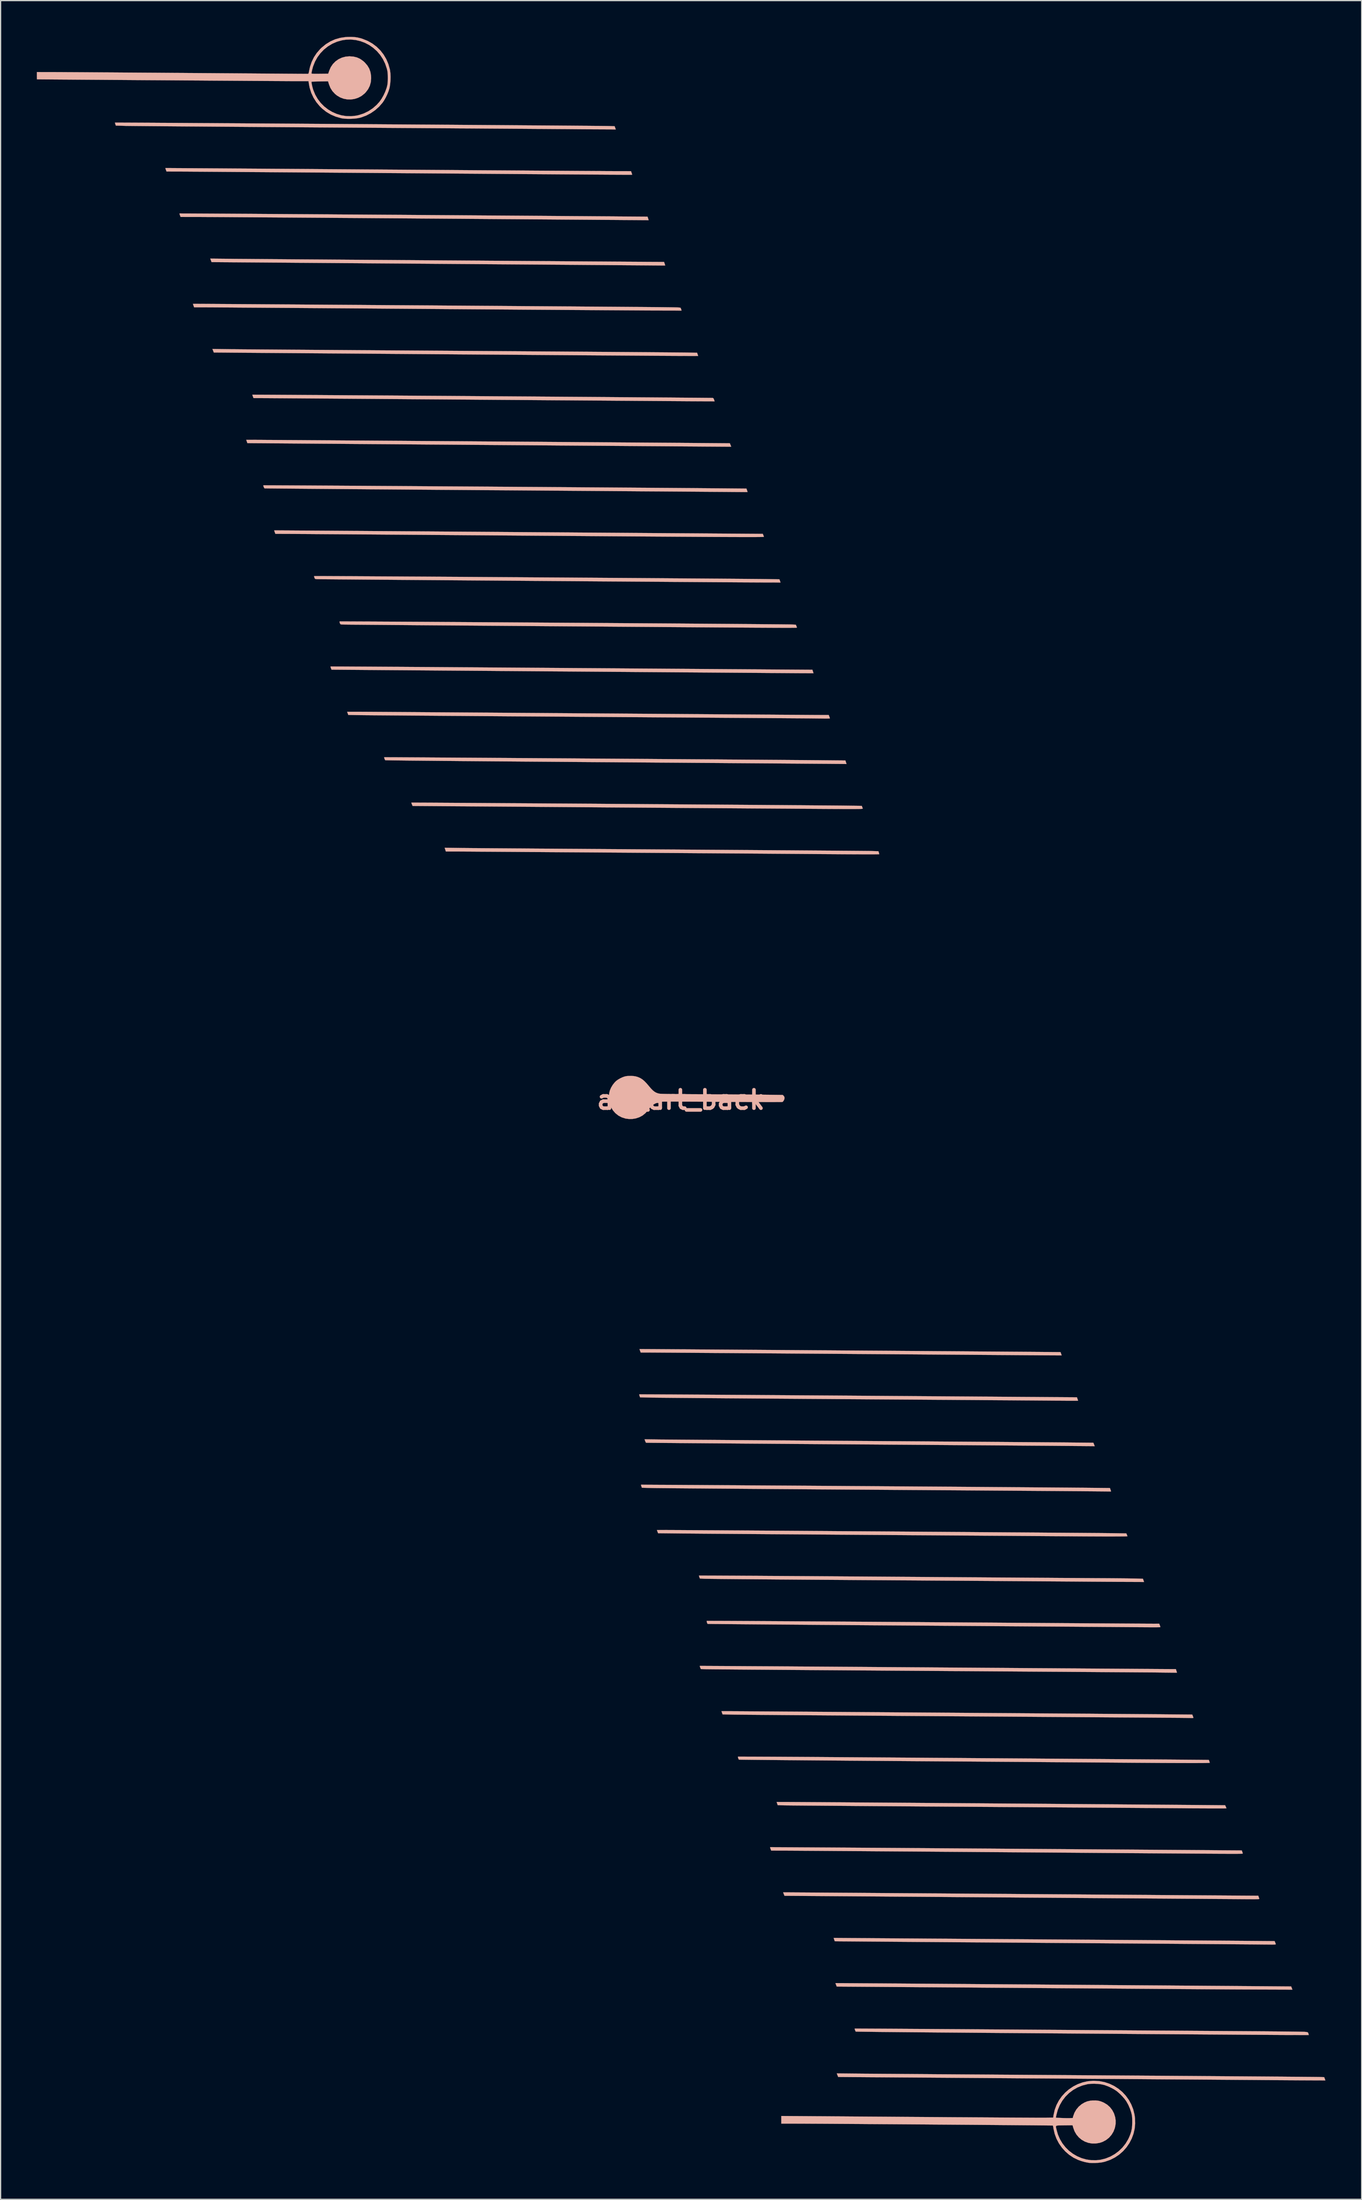
<source format=kicad_pcb>
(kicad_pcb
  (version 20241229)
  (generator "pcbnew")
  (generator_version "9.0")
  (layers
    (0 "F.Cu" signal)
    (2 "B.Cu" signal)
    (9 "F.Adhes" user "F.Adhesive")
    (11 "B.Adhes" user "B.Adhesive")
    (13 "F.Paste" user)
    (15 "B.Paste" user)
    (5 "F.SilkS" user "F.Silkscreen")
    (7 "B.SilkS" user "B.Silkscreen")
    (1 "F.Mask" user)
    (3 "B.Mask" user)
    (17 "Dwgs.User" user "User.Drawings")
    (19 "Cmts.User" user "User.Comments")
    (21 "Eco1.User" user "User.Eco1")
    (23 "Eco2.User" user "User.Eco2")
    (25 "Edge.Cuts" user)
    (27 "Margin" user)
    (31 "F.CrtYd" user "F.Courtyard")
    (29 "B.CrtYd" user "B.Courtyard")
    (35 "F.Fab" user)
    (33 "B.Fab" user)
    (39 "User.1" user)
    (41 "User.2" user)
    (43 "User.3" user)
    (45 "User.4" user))
  (footprint "air_art_back"
    (layer "F.Cu")
    (at 53.36 88.014)
    (property "Reference" "air_art_back" (at 0 0 0) (layer "B.SilkS") (effects (font (size 1.524 1.524) (thickness 0.3))))
    (attr through_hole)
    (fp_poly (pts (xy 8.71 65.619) (xy 8.754 65.62) (xy 8.856 65.62) (xy 9.015 65.621) (xy 9.229 65.623) (xy 9.496 65.625) (xy 9.814 65.627) (xy 10.182 65.629) (xy 10.598 65.632) (xy 11.059 65.635) (xy 11.566 65.639) (xy 12.115 65.643) (xy 12.704 65.647) (xy 13.333 65.652) (xy 14 65.656) (xy 14.702 65.661) (xy 15.438 65.667) (xy 16.206 65.672) (xy 17.004 65.678) (xy 17.831 65.684) (xy 18.685 65.69) (xy 19.565 65.696) (xy 20.467 65.703) (xy 21.392 65.709) (xy 22.336 65.716) (xy 23.298 65.723) (xy 24.277 65.73) (xy 25.271 65.737) (xy 25.49 65.739) (xy 26.51 65.746) (xy 27.525 65.753) (xy 28.532 65.761) (xy 29.531 65.768) (xy 30.517 65.775) (xy 31.491 65.782) (xy 32.448 65.789) (xy 33.387 65.795) (xy 34.307 65.802) (xy 35.204 65.809) (xy 36.077 65.815) (xy 36.924 65.821) (xy 37.741 65.827) (xy 38.529 65.832) (xy 39.283 65.838) (xy 40.002 65.843) (xy 40.684 65.848) (xy 41.327 65.853) (xy 41.928 65.857) (xy 42.486 65.861) (xy 42.998 65.865) (xy 43.462 65.868) (xy 43.876 65.871) (xy 44.238 65.873) (xy 44.546 65.876) (xy 44.797 65.877) (xy 44.943 65.878) (xy 47.848 65.899) (xy 47.883 66.007) (xy 47.91 66.088) (xy 47.932 66.147) (xy 47.934 66.153) (xy 47.927 66.165) (xy 47.89 66.174) (xy 47.819 66.181) (xy 47.707 66.185) (xy 47.55 66.187) (xy 47.34 66.187) (xy 47.218 66.186) (xy 47.147 66.186) (xy 47.017 66.185) (xy 46.83 66.184) (xy 46.589 66.182) (xy 46.294 66.18) (xy 45.947 66.177) (xy 45.551 66.174) (xy 45.106 66.171) (xy 44.614 66.168) (xy 44.078 66.164) (xy 43.498 66.16) (xy 42.877 66.155) (xy 42.215 66.15) (xy 41.516 66.145) (xy 40.78 66.14) (xy 40.009 66.134) (xy 39.206 66.129) (xy 38.37 66.123) (xy 37.505 66.116) (xy 36.612 66.11) (xy 35.693 66.103) (xy 34.748 66.096) (xy 33.781 66.089) (xy 32.792 66.082) (xy 31.784 66.074) (xy 30.758 66.067) (xy 29.716 66.059) (xy 28.659 66.052) (xy 27.589 66.044) (xy 27.538 66.043) (xy 8.59 65.905) (xy 8.534 65.762) (xy 8.478 65.619) (xy 8.71 65.619)) (stroke (width 0.01) (type solid)) (fill yes) (layer "B.SilkS"))
    (fp_poly (pts (xy 12.996 73.134) (xy 13.075 73.135) (xy 13.21 73.135) (xy 13.399 73.136) (xy 13.641 73.138) (xy 13.934 73.14) (xy 14.276 73.142) (xy 14.664 73.145) (xy 15.097 73.148) (xy 15.573 73.151) (xy 16.089 73.155) (xy 16.644 73.158) (xy 17.237 73.163) (xy 17.864 73.167) (xy 18.524 73.172) (xy 19.215 73.177) (xy 19.935 73.182) (xy 20.683 73.187) (xy 21.455 73.193) (xy 22.25 73.199) (xy 23.067 73.205) (xy 23.903 73.211) (xy 24.756 73.217) (xy 25.625 73.223) (xy 26.506 73.23) (xy 27.399 73.236) (xy 28.302 73.243) (xy 29.212 73.249) (xy 30.127 73.256) (xy 31.046 73.263) (xy 31.967 73.27) (xy 32.887 73.276) (xy 33.805 73.283) (xy 34.718 73.29) (xy 35.625 73.297) (xy 36.524 73.303) (xy 37.413 73.31) (xy 38.289 73.317) (xy 39.152 73.323) (xy 39.998 73.329) (xy 40.826 73.336) (xy 41.634 73.342) (xy 42.42 73.347) (xy 43.182 73.353) (xy 43.918 73.359) (xy 44.626 73.364) (xy 45.305 73.369) (xy 45.951 73.374) (xy 46.564 73.379) (xy 47.141 73.383) (xy 47.681 73.388) (xy 48.18 73.391) (xy 48.638 73.395) (xy 49.053 73.398) (xy 49.422 73.401) (xy 49.743 73.404) (xy 50.015 73.406) (xy 50.235 73.408) (xy 50.402 73.409) (xy 50.514 73.411) (xy 50.568 73.411) (xy 50.573 73.411) (xy 50.586 73.442) (xy 50.612 73.509) (xy 50.627 73.547) (xy 50.675 73.675) (xy 48.596 73.668) (xy 48.192 73.666) (xy 47.763 73.665) (xy 47.321 73.663) (xy 46.875 73.661) (xy 46.436 73.659) (xy 46.016 73.657) (xy 45.624 73.655) (xy 45.273 73.653) (xy 45.014 73.651) (xy 44.888 73.65) (xy 44.705 73.649) (xy 44.465 73.647) (xy 44.172 73.645) (xy 43.826 73.643) (xy 43.43 73.64) (xy 42.987 73.637) (xy 42.497 73.633) (xy 41.964 73.63) (xy 41.389 73.626) (xy 40.773 73.621) (xy 40.12 73.616) (xy 39.432 73.612) (xy 38.709 73.606) (xy 37.955 73.601) (xy 37.171 73.595) (xy 36.359 73.589) (xy 35.521 73.583) (xy 34.66 73.577) (xy 33.777 73.571) (xy 32.875 73.564) (xy 31.955 73.558) (xy 31.019 73.551) (xy 30.07 73.544) (xy 29.109 73.537) (xy 28.215 73.531) (xy 12.919 73.42) (xy 12.811 73.134) (xy 12.996 73.134)) (stroke (width 0.01) (type solid)) (fill yes) (layer "B.SilkS"))
    (fp_poly (pts (xy -22.06 -24.609) (xy -21.861 -24.608) (xy -21.61 -24.607) (xy -21.31 -24.606) (xy -20.961 -24.604) (xy -20.565 -24.602) (xy -20.126 -24.599) (xy -19.645 -24.596) (xy -19.124 -24.593) (xy -18.565 -24.589) (xy -17.969 -24.586) (xy -17.34 -24.582) (xy -16.679 -24.578) (xy -15.987 -24.573) (xy -15.268 -24.568) (xy -14.523 -24.563) (xy -13.753 -24.558) (xy -12.962 -24.553) (xy -12.151 -24.548) (xy -11.321 -24.542) (xy -10.476 -24.536) (xy -9.617 -24.531) (xy -8.746 -24.525) (xy -7.865 -24.519) (xy -6.976 -24.513) (xy -6.081 -24.506) (xy -5.182 -24.5) (xy -4.281 -24.494) (xy -3.38 -24.488) (xy -2.482 -24.481) (xy -1.587 -24.475) (xy -0.699 -24.469) (xy 0.182 -24.463) (xy 1.052 -24.456) (xy 1.91 -24.45) (xy 2.754 -24.444) (xy 3.581 -24.438) (xy 4.391 -24.432) (xy 5.18 -24.427) (xy 5.948 -24.421) (xy 6.691 -24.416) (xy 7.408 -24.41) (xy 8.096 -24.405) (xy 8.755 -24.4) (xy 9.381 -24.395) (xy 9.974 -24.391) (xy 10.529 -24.386) (xy 11.047 -24.382) (xy 11.525 -24.378) (xy 11.96 -24.375) (xy 12.351 -24.372) (xy 12.696 -24.369) (xy 12.992 -24.366) (xy 13.238 -24.364) (xy 13.432 -24.362) (xy 13.572 -24.36) (xy 13.578 -24.36) (xy 14.996 -24.341) (xy 15.025 -24.262) (xy 15.054 -24.182) (xy 15.075 -24.13) (xy 15.077 -24.119) (xy 15.07 -24.11) (xy 15.05 -24.102) (xy 15.013 -24.096) (xy 14.954 -24.091) (xy 14.869 -24.087) (xy 14.754 -24.084) (xy 14.604 -24.082) (xy 14.414 -24.081) (xy 14.182 -24.08) (xy 13.901 -24.08) (xy 13.568 -24.081) (xy 13.252 -24.082) (xy 13.11 -24.082) (xy 12.91 -24.083) (xy 12.654 -24.084) (xy 12.343 -24.086) (xy 11.981 -24.088) (xy 11.568 -24.091) (xy 11.106 -24.094) (xy 10.598 -24.097) (xy 10.046 -24.1) (xy 9.451 -24.104) (xy 8.816 -24.109) (xy 8.142 -24.113) (xy 7.432 -24.118) (xy 6.687 -24.123) (xy 5.909 -24.128) (xy 5.101 -24.134) (xy 4.263 -24.14) (xy 3.399 -24.146) (xy 2.51 -24.152) (xy 1.599 -24.159) (xy 0.666 -24.165) (xy -0.286 -24.172) (xy -1.255 -24.179) (xy -2.238 -24.186) (xy -3.235 -24.193) (xy -4.243 -24.201) (xy -5.26 -24.208) (xy -5.408 -24.209) (xy -22.223 -24.333) (xy -22.279 -24.465) (xy -22.31 -24.544) (xy -22.324 -24.598) (xy -22.324 -24.609) (xy -22.293 -24.609) (xy -22.205 -24.609) (xy -22.06 -24.609)) (stroke (width 0.01) (type solid)) (fill yes) (layer "B.SilkS"))
    (fp_poly (pts (xy -4.076 -1.98) (xy -3.881 -1.965) (xy -3.719 -1.937) (xy -3.719 -1.937) (xy -3.523 -1.875) (xy -3.345 -1.794) (xy -3.178 -1.687) (xy -3.011 -1.546) (xy -2.836 -1.365) (xy -2.642 -1.138) (xy -2.642 -1.138) (xy -2.476 -0.942) (xy -2.329 -0.792) (xy -2.193 -0.68) (xy -2.057 -0.599) (xy -1.911 -0.543) (xy -1.772 -0.51) (xy -1.712 -0.504) (xy -1.592 -0.498) (xy -1.414 -0.493) (xy -1.177 -0.488) (xy -0.883 -0.483) (xy -0.532 -0.479) (xy -0.125 -0.475) (xy 0.337 -0.471) (xy 0.854 -0.467) (xy 1.425 -0.464) (xy 1.789 -0.462) (xy 2.276 -0.46) (xy 2.774 -0.457) (xy 3.277 -0.454) (xy 3.776 -0.451) (xy 4.267 -0.448) (xy 4.742 -0.444) (xy 5.194 -0.441) (xy 5.617 -0.438) (xy 6.004 -0.434) (xy 6.349 -0.431) (xy 6.645 -0.428) (xy 6.814 -0.426) (xy 8.442 -0.406) (xy 8.519 -0.333) (xy 8.583 -0.241) (xy 8.597 -0.156) (xy 8.579 -0.055) (xy 8.532 0.05) (xy 8.47 0.138) (xy 8.421 0.176) (xy 8.386 0.179) (xy 8.294 0.181) (xy 8.149 0.182) (xy 7.952 0.183) (xy 7.709 0.184) (xy 7.422 0.184) (xy 7.093 0.184) (xy 6.728 0.183) (xy 6.328 0.182) (xy 5.896 0.18) (xy 5.437 0.178) (xy 4.953 0.175) (xy 4.448 0.172) (xy 3.924 0.168) (xy 3.547 0.166) (xy 3.009 0.162) (xy 2.484 0.159) (xy 1.977 0.156) (xy 1.49 0.153) (xy 1.027 0.151) (xy 0.591 0.149) (xy 0.186 0.148) (xy -0.185 0.147) (xy -0.518 0.147) (xy -0.811 0.147) (xy -1.059 0.148) (xy -1.259 0.149) (xy -1.408 0.15) (xy -1.503 0.152) (xy -1.533 0.154) (xy -1.795 0.192) (xy -2.021 0.259) (xy -2.221 0.361) (xy -2.407 0.504) (xy -2.589 0.694) (xy -2.723 0.863) (xy -2.933 1.105) (xy -3.166 1.295) (xy -3.429 1.437) (xy -3.72 1.535) (xy -3.992 1.581) (xy -4.282 1.587) (xy -4.559 1.554) (xy -4.584 1.548) (xy -4.892 1.451) (xy -5.171 1.303) (xy -5.416 1.109) (xy -5.622 0.873) (xy -5.786 0.6) (xy -5.902 0.294) (xy -5.909 0.268) (xy -5.952 0.023) (xy -5.962 -0.247) (xy -5.938 -0.518) (xy -5.882 -0.764) (xy -5.88 -0.769) (xy -5.78 -1.007) (xy -5.639 -1.242) (xy -5.471 -1.452) (xy -5.36 -1.56) (xy -5.206 -1.673) (xy -5.016 -1.783) (xy -4.815 -1.876) (xy -4.629 -1.939) (xy -4.473 -1.967) (xy -4.28 -1.981) (xy -4.076 -1.98)) (stroke (width 0.01) (type solid)) (fill yes) (layer "B.SilkS"))
    (fp_poly (pts (xy 7.517 61.879) (xy 7.663 61.879) (xy 7.864 61.88) (xy 8.12 61.881) (xy 8.427 61.883) (xy 8.785 61.885) (xy 9.192 61.887) (xy 9.646 61.89) (xy 10.147 61.893) (xy 10.692 61.896) (xy 11.279 61.9) (xy 11.908 61.904) (xy 12.576 61.908) (xy 13.282 61.913) (xy 14.025 61.918) (xy 14.802 61.923) (xy 15.613 61.929) (xy 16.455 61.934) (xy 17.328 61.94) (xy 18.229 61.946) (xy 19.157 61.953) (xy 20.11 61.959) (xy 21.087 61.966) (xy 22.087 61.973) (xy 23.107 61.98) (xy 24.146 61.988) (xy 25.202 61.995) (xy 26.274 62.003) (xy 26.945 62.008) (xy 46.481 62.147) (xy 46.519 62.253) (xy 46.545 62.332) (xy 46.559 62.39) (xy 46.559 62.395) (xy 46.561 62.398) (xy 46.563 62.401) (xy 46.566 62.404) (xy 46.568 62.407) (xy 46.567 62.409) (xy 46.561 62.412) (xy 46.551 62.414) (xy 46.534 62.416) (xy 46.508 62.418) (xy 46.474 62.42) (xy 46.428 62.421) (xy 46.37 62.422) (xy 46.299 62.424) (xy 46.213 62.424) (xy 46.111 62.425) (xy 45.991 62.426) (xy 45.852 62.426) (xy 45.693 62.426) (xy 45.512 62.425) (xy 45.309 62.425) (xy 45.081 62.424) (xy 44.827 62.423) (xy 44.546 62.422) (xy 44.237 62.42) (xy 43.898 62.418) (xy 43.528 62.416) (xy 43.126 62.414) (xy 42.689 62.411) (xy 42.218 62.408) (xy 41.71 62.404) (xy 41.164 62.4) (xy 40.579 62.396) (xy 39.953 62.392) (xy 39.285 62.387) (xy 38.574 62.382) (xy 37.819 62.376) (xy 37.017 62.371) (xy 36.168 62.364) (xy 35.27 62.358) (xy 34.322 62.351) (xy 33.323 62.343) (xy 32.27 62.335) (xy 31.164 62.327) (xy 30.002 62.318) (xy 28.784 62.309) (xy 27.507 62.3) (xy 26.978 62.296) (xy 25.952 62.288) (xy 24.937 62.281) (xy 23.935 62.273) (xy 22.949 62.266) (xy 21.979 62.259) (xy 21.028 62.252) (xy 20.098 62.245) (xy 19.191 62.238) (xy 18.308 62.232) (xy 17.451 62.226) (xy 16.621 62.22) (xy 15.822 62.214) (xy 15.054 62.208) (xy 14.319 62.203) (xy 13.62 62.198) (xy 12.958 62.194) (xy 12.334 62.189) (xy 11.751 62.185) (xy 11.211 62.181) (xy 10.715 62.178) (xy 10.265 62.175) (xy 9.863 62.172) (xy 9.511 62.17) (xy 9.21 62.168) (xy 8.963 62.167) (xy 8.771 62.165) (xy 8.636 62.165) (xy 8.577 62.165) (xy 7.49 62.162) (xy 7.438 62.026) (xy 7.41 61.945) (xy 7.397 61.891) (xy 7.398 61.879) (xy 7.428 61.879) (xy 7.517 61.879)) (stroke (width 0.01) (type solid)) (fill yes) (layer "B.SilkS"))
    (fp_poly (pts (xy -41.271 -73.39) (xy -41.071 -73.39) (xy -40.819 -73.389) (xy -40.515 -73.387) (xy -40.161 -73.385) (xy -39.76 -73.383) (xy -39.314 -73.38) (xy -38.823 -73.378) (xy -38.291 -73.374) (xy -37.718 -73.371) (xy -37.107 -73.367) (xy -36.459 -73.363) (xy -35.776 -73.359) (xy -35.06 -73.354) (xy -34.313 -73.349) (xy -33.536 -73.344) (xy -32.732 -73.339) (xy -31.901 -73.333) (xy -31.047 -73.328) (xy -30.17 -73.322) (xy -29.273 -73.316) (xy -28.358 -73.309) (xy -27.425 -73.303) (xy -26.477 -73.297) (xy -25.516 -73.29) (xy -24.544 -73.283) (xy -23.562 -73.277) (xy -22.572 -73.27) (xy -21.576 -73.263) (xy -20.576 -73.256) (xy -19.573 -73.249) (xy -18.57 -73.242) (xy -17.568 -73.234) (xy -16.569 -73.227) (xy -15.574 -73.22) (xy -14.587 -73.213) (xy -13.607 -73.206) (xy -12.638 -73.199) (xy -11.681 -73.192) (xy -10.737 -73.185) (xy -9.809 -73.178) (xy -8.898 -73.171) (xy -8.007 -73.165) (xy -7.137 -73.158) (xy -6.289 -73.152) (xy -5.466 -73.146) (xy -5.461 -73.145) (xy -2.76 -73.125) (xy -2.733 -73.053) (xy -2.703 -72.963) (xy -2.687 -72.907) (xy -2.669 -72.833) (xy -3.281 -72.837) (xy -3.347 -72.838) (xy -3.471 -72.839) (xy -3.652 -72.84) (xy -3.888 -72.842) (xy -4.177 -72.844) (xy -4.518 -72.846) (xy -4.908 -72.849) (xy -5.345 -72.853) (xy -5.829 -72.856) (xy -6.357 -72.86) (xy -6.928 -72.864) (xy -7.539 -72.869) (xy -8.19 -72.874) (xy -8.877 -72.879) (xy -9.601 -72.884) (xy -10.357 -72.89) (xy -11.146 -72.896) (xy -11.965 -72.902) (xy -12.813 -72.908) (xy -13.687 -72.915) (xy -14.587 -72.921) (xy -15.509 -72.928) (xy -16.453 -72.935) (xy -17.416 -72.942) (xy -18.398 -72.95) (xy -19.395 -72.957) (xy -20.407 -72.965) (xy -21.177 -72.97) (xy -22.206 -72.978) (xy -23.225 -72.986) (xy -24.231 -72.993) (xy -25.224 -73) (xy -26.201 -73.008) (xy -27.161 -73.015) (xy -28.1 -73.021) (xy -29.018 -73.028) (xy -29.913 -73.035) (xy -30.783 -73.041) (xy -31.626 -73.047) (xy -32.439 -73.053) (xy -33.222 -73.058) (xy -33.972 -73.063) (xy -34.687 -73.068) (xy -35.366 -73.073) (xy -36.007 -73.077) (xy -36.607 -73.081) (xy -37.166 -73.085) (xy -37.68 -73.089) (xy -38.148 -73.092) (xy -38.569 -73.094) (xy -38.94 -73.097) (xy -39.259 -73.098) (xy -39.526 -73.1) (xy -39.736 -73.101) (xy -39.89 -73.102) (xy -39.954 -73.102) (xy -41.447 -73.104) (xy -41.499 -73.24) (xy -41.526 -73.322) (xy -41.538 -73.378) (xy -41.536 -73.39) (xy -41.506 -73.391) (xy -41.417 -73.391) (xy -41.271 -73.39)) (stroke (width 0.01) (type solid)) (fill yes) (layer "B.SilkS"))
    (fp_poly (pts (xy -18.042 -20.85) (xy -17.917 -20.849) (xy -17.733 -20.847) (xy -17.494 -20.845) (xy -17.201 -20.842) (xy -16.855 -20.84) (xy -16.459 -20.836) (xy -16.015 -20.833) (xy -15.525 -20.829) (xy -14.99 -20.825) (xy -14.414 -20.821) (xy -13.797 -20.816) (xy -13.141 -20.812) (xy -12.45 -20.806) (xy -11.724 -20.801) (xy -10.965 -20.796) (xy -10.177 -20.79) (xy -9.36 -20.784) (xy -8.517 -20.779) (xy -7.649 -20.772) (xy -6.759 -20.766) (xy -5.848 -20.76) (xy -4.919 -20.754) (xy -3.974 -20.747) (xy -3.014 -20.741) (xy -2.042 -20.734) (xy -1.059 -20.727) (xy -0.676 -20.725) (xy 0.302 -20.718) (xy 1.267 -20.712) (xy 2.218 -20.705) (xy 3.151 -20.699) (xy 4.066 -20.692) (xy 4.961 -20.686) (xy 5.834 -20.68) (xy 6.682 -20.674) (xy 7.505 -20.668) (xy 8.3 -20.662) (xy 9.065 -20.657) (xy 9.799 -20.651) (xy 10.499 -20.646) (xy 11.165 -20.641) (xy 11.793 -20.636) (xy 12.383 -20.632) (xy 12.932 -20.628) (xy 13.438 -20.623) (xy 13.9 -20.62) (xy 14.316 -20.616) (xy 14.684 -20.613) (xy 15.003 -20.61) (xy 15.269 -20.608) (xy 15.482 -20.605) (xy 15.639 -20.604) (xy 15.739 -20.602) (xy 15.77 -20.601) (xy 16.375 -20.584) (xy 16.409 -20.471) (xy 16.43 -20.394) (xy 16.442 -20.345) (xy 16.442 -20.339) (xy 16.412 -20.335) (xy 16.322 -20.332) (xy 16.172 -20.329) (xy 15.962 -20.327) (xy 15.693 -20.327) (xy 15.363 -20.327) (xy 14.974 -20.328) (xy 14.525 -20.329) (xy 14.017 -20.332) (xy 13.45 -20.335) (xy 12.823 -20.34) (xy 12.505 -20.342) (xy 11.758 -20.347) (xy 10.984 -20.353) (xy 10.187 -20.359) (xy 9.366 -20.365) (xy 8.525 -20.371) (xy 7.666 -20.377) (xy 6.79 -20.384) (xy 5.9 -20.39) (xy 4.997 -20.397) (xy 4.085 -20.403) (xy 3.163 -20.41) (xy 2.236 -20.417) (xy 1.304 -20.423) (xy 0.37 -20.43) (xy -0.564 -20.437) (xy -1.497 -20.443) (xy -2.426 -20.45) (xy -3.348 -20.456) (xy -4.263 -20.463) (xy -5.169 -20.469) (xy -6.062 -20.475) (xy -6.941 -20.482) (xy -7.804 -20.488) (xy -8.65 -20.494) (xy -9.475 -20.499) (xy -10.278 -20.505) (xy -11.057 -20.51) (xy -11.81 -20.516) (xy -12.535 -20.52) (xy -13.23 -20.525) (xy -13.893 -20.53) (xy -14.521 -20.534) (xy -15.114 -20.538) (xy -15.668 -20.542) (xy -16.182 -20.545) (xy -16.653 -20.548) (xy -17.08 -20.551) (xy -17.461 -20.554) (xy -17.794 -20.556) (xy -18.076 -20.557) (xy -18.306 -20.559) (xy -18.481 -20.56) (xy -18.6 -20.56) (xy -18.653 -20.561) (xy -19.467 -20.56) (xy -19.516 -20.715) (xy -19.566 -20.87) (xy -18.042 -20.85)) (stroke (width 0.01) (type solid)) (fill yes) (layer "B.SilkS"))
    (fp_poly (pts (xy -37.327 -62.151) (xy -37.21 -62.149) (xy -37.035 -62.148) (xy -36.803 -62.146) (xy -36.516 -62.143) (xy -36.177 -62.14) (xy -35.787 -62.137) (xy -35.348 -62.134) (xy -34.862 -62.13) (xy -34.33 -62.126) (xy -33.755 -62.122) (xy -33.138 -62.117) (xy -32.482 -62.112) (xy -31.787 -62.107) (xy -31.056 -62.102) (xy -30.291 -62.096) (xy -29.493 -62.091) (xy -28.665 -62.085) (xy -27.808 -62.079) (xy -26.924 -62.072) (xy -26.015 -62.066) (xy -25.083 -62.059) (xy -24.129 -62.053) (xy -23.156 -62.046) (xy -22.165 -62.039) (xy -21.158 -62.032) (xy -20.137 -62.025) (xy -19.104 -62.018) (xy -18.066 -62.011) (xy -17.028 -62.004) (xy -16.002 -61.997) (xy -14.991 -61.99) (xy -13.996 -61.983) (xy -13.018 -61.976) (xy -12.06 -61.97) (xy -11.124 -61.963) (xy -10.21 -61.957) (xy -9.321 -61.95) (xy -8.459 -61.944) (xy -7.624 -61.938) (xy -6.82 -61.932) (xy -6.048 -61.927) (xy -5.309 -61.921) (xy -4.606 -61.916) (xy -3.939 -61.911) (xy -3.312 -61.906) (xy -2.725 -61.902) (xy -2.18 -61.897) (xy -1.68 -61.893) (xy -1.225 -61.89) (xy -0.818 -61.886) (xy -0.46 -61.883) (xy -0.154 -61.88) (xy 0.1 -61.878) (xy 0.299 -61.876) (xy 0.442 -61.874) (xy 0.526 -61.873) (xy 0.532 -61.873) (xy 1.349 -61.855) (xy 1.394 -61.723) (xy 1.439 -61.591) (xy -0.115 -61.595) (xy -0.237 -61.596) (xy -0.417 -61.597) (xy -0.654 -61.598) (xy -0.946 -61.6) (xy -1.29 -61.602) (xy -1.685 -61.604) (xy -2.128 -61.607) (xy -2.619 -61.61) (xy -3.155 -61.614) (xy -3.733 -61.618) (xy -4.354 -61.622) (xy -5.014 -61.627) (xy -5.711 -61.632) (xy -6.444 -61.637) (xy -7.211 -61.642) (xy -8.01 -61.648) (xy -8.839 -61.654) (xy -9.696 -61.66) (xy -10.58 -61.666) (xy -11.488 -61.673) (xy -12.418 -61.68) (xy -13.37 -61.687) (xy -14.34 -61.694) (xy -15.327 -61.701) (xy -16.329 -61.708) (xy -17.345 -61.716) (xy -18.372 -61.723) (xy -19.088 -61.729) (xy -20.117 -61.736) (xy -21.135 -61.744) (xy -22.14 -61.751) (xy -23.13 -61.759) (xy -24.102 -61.766) (xy -25.056 -61.773) (xy -25.989 -61.78) (xy -26.9 -61.787) (xy -27.787 -61.794) (xy -28.647 -61.8) (xy -29.48 -61.806) (xy -30.283 -61.812) (xy -31.054 -61.818) (xy -31.792 -61.824) (xy -32.496 -61.829) (xy -33.162 -61.834) (xy -33.789 -61.839) (xy -34.376 -61.843) (xy -34.92 -61.847) (xy -35.42 -61.851) (xy -35.875 -61.854) (xy -36.281 -61.857) (xy -36.638 -61.86) (xy -36.943 -61.862) (xy -37.195 -61.864) (xy -37.392 -61.866) (xy -37.532 -61.867) (xy -37.6 -61.868) (xy -38.693 -61.877) (xy -38.808 -62.17) (xy -37.327 -62.151)) (stroke (width 0.01) (type solid)) (fill yes) (layer "B.SilkS"))
    (fp_poly (pts (xy -24.458 -28.368) (xy -24.314 -28.367) (xy -24.115 -28.366) (xy -23.864 -28.365) (xy -23.563 -28.364) (xy -23.214 -28.362) (xy -22.818 -28.359) (xy -22.379 -28.357) (xy -21.897 -28.354) (xy -21.375 -28.351) (xy -20.815 -28.347) (xy -20.218 -28.343) (xy -19.588 -28.339) (xy -18.925 -28.335) (xy -18.232 -28.33) (xy -17.51 -28.326) (xy -16.762 -28.321) (xy -15.991 -28.316) (xy -15.196 -28.31) (xy -14.382 -28.305) (xy -13.549 -28.299) (xy -12.7 -28.294) (xy -11.836 -28.288) (xy -10.961 -28.282) (xy -10.074 -28.276) (xy -9.18 -28.27) (xy -8.279 -28.263) (xy -7.374 -28.257) (xy -6.466 -28.251) (xy -5.558 -28.245) (xy -4.652 -28.238) (xy -3.749 -28.232) (xy -2.852 -28.226) (xy -1.963 -28.219) (xy -1.083 -28.213) (xy -0.214 -28.207) (xy 0.641 -28.201) (xy 1.48 -28.195) (xy 2.302 -28.189) (xy 3.104 -28.183) (xy 3.885 -28.177) (xy 4.642 -28.172) (xy 5.374 -28.166) (xy 6.078 -28.161) (xy 6.753 -28.156) (xy 7.396 -28.151) (xy 8.006 -28.147) (xy 8.58 -28.142) (xy 9.117 -28.138) (xy 9.614 -28.134) (xy 10.07 -28.131) (xy 10.483 -28.127) (xy 10.85 -28.124) (xy 11.17 -28.121) (xy 11.44 -28.119) (xy 11.591 -28.117) (xy 13.638 -28.097) (xy 13.685 -27.951) (xy 13.732 -27.805) (xy 13.591 -27.809) (xy 13.554 -27.809) (xy 13.458 -27.81) (xy 13.304 -27.811) (xy 13.096 -27.813) (xy 12.834 -27.815) (xy 12.52 -27.818) (xy 12.156 -27.821) (xy 11.742 -27.824) (xy 11.282 -27.827) (xy 10.776 -27.831) (xy 10.226 -27.835) (xy 9.634 -27.84) (xy 9.001 -27.844) (xy 8.329 -27.849) (xy 7.62 -27.855) (xy 6.874 -27.86) (xy 6.095 -27.866) (xy 5.283 -27.872) (xy 4.44 -27.878) (xy 3.567 -27.885) (xy 2.667 -27.892) (xy 1.741 -27.898) (xy 0.79 -27.905) (xy -0.184 -27.913) (xy -1.179 -27.92) (xy -2.194 -27.927) (xy -3.226 -27.935) (xy -4.276 -27.943) (xy -5.34 -27.95) (xy -5.507 -27.952) (xy -6.94 -27.962) (xy -8.318 -27.972) (xy -9.642 -27.982) (xy -10.912 -27.992) (xy -12.126 -28.001) (xy -13.285 -28.01) (xy -14.388 -28.019) (xy -15.435 -28.027) (xy -16.427 -28.035) (xy -17.362 -28.043) (xy -18.241 -28.05) (xy -19.063 -28.058) (xy -19.828 -28.064) (xy -20.536 -28.071) (xy -21.187 -28.077) (xy -21.78 -28.083) (xy -22.315 -28.088) (xy -22.792 -28.093) (xy -23.21 -28.098) (xy -23.57 -28.102) (xy -23.871 -28.106) (xy -24.114 -28.11) (xy -24.296 -28.113) (xy -24.42 -28.116) (xy -24.483 -28.119) (xy -24.493 -28.12) (xy -24.519 -28.166) (xy -24.548 -28.236) (xy -24.571 -28.308) (xy -24.579 -28.358) (xy -24.577 -28.367) (xy -24.547 -28.368) (xy -24.458 -28.368)) (stroke (width 0.01) (type solid)) (fill yes) (layer "B.SilkS"))
    (fp_poly (pts (xy -35.475 -54.648) (xy -35.356 -54.647) (xy -35.181 -54.646) (xy -34.951 -54.644) (xy -34.67 -54.643) (xy -34.339 -54.64) (xy -33.96 -54.638) (xy -33.535 -54.635) (xy -33.066 -54.632) (xy -32.555 -54.628) (xy -32.004 -54.625) (xy -31.415 -54.621) (xy -30.791 -54.616) (xy -30.133 -54.612) (xy -29.442 -54.607) (xy -28.723 -54.602) (xy -27.975 -54.597) (xy -27.201 -54.591) (xy -26.404 -54.586) (xy -25.586 -54.58) (xy -24.747 -54.574) (xy -23.891 -54.568) (xy -23.019 -54.562) (xy -22.134 -54.555) (xy -21.237 -54.549) (xy -20.331 -54.543) (xy -19.417 -54.536) (xy -18.497 -54.53) (xy -17.575 -54.523) (xy -16.65 -54.516) (xy -15.726 -54.51) (xy -14.805 -54.503) (xy -13.889 -54.497) (xy -12.979 -54.49) (xy -12.077 -54.484) (xy -11.187 -54.477) (xy -10.309 -54.471) (xy -9.446 -54.465) (xy -8.599 -54.458) (xy -7.772 -54.452) (xy -6.965 -54.447) (xy -6.181 -54.441) (xy -5.422 -54.435) (xy -4.69 -54.43) (xy -3.986 -54.425) (xy -3.314 -54.42) (xy -2.674 -54.415) (xy -2.069 -54.411) (xy -1.502 -54.406) (xy -0.973 -54.403) (xy -0.486 -54.399) (xy -0.041 -54.396) (xy 0.358 -54.392) (xy 0.711 -54.39) (xy 1.014 -54.387) (xy 1.266 -54.385) (xy 1.394 -54.384) (xy 4.065 -54.362) (xy 4.177 -54.076) (xy 3.404 -54.08) (xy 3.33 -54.081) (xy 3.199 -54.082) (xy 3.01 -54.083) (xy 2.766 -54.085) (xy 2.469 -54.087) (xy 2.12 -54.089) (xy 1.722 -54.092) (xy 1.274 -54.096) (xy 0.78 -54.099) (xy 0.241 -54.103) (xy -0.341 -54.107) (xy -0.965 -54.112) (xy -1.629 -54.117) (xy -2.332 -54.122) (xy -3.071 -54.127) (xy -3.845 -54.133) (xy -4.652 -54.139) (xy -5.491 -54.145) (xy -6.36 -54.152) (xy -7.257 -54.158) (xy -8.181 -54.165) (xy -9.13 -54.172) (xy -10.102 -54.179) (xy -11.095 -54.187) (xy -12.109 -54.194) (xy -13.14 -54.202) (xy -14.189 -54.21) (xy -15.252 -54.218) (xy -16.328 -54.226) (xy -16.638 -54.228) (xy -17.712 -54.236) (xy -18.77 -54.244) (xy -19.813 -54.252) (xy -20.837 -54.259) (xy -21.842 -54.267) (xy -22.825 -54.274) (xy -23.785 -54.282) (xy -24.721 -54.289) (xy -25.631 -54.295) (xy -26.513 -54.302) (xy -27.366 -54.308) (xy -28.188 -54.315) (xy -28.978 -54.321) (xy -29.733 -54.326) (xy -30.453 -54.332) (xy -31.136 -54.337) (xy -31.78 -54.342) (xy -32.384 -54.347) (xy -32.946 -54.351) (xy -33.464 -54.355) (xy -33.937 -54.358) (xy -34.363 -54.362) (xy -34.741 -54.365) (xy -35.069 -54.367) (xy -35.346 -54.369) (xy -35.569 -54.371) (xy -35.738 -54.373) (xy -35.85 -54.374) (xy -35.905 -54.374) (xy -35.91 -54.374) (xy -35.922 -54.402) (xy -35.946 -54.468) (xy -35.961 -54.512) (xy -36.007 -54.648) (xy -35.536 -54.648) (xy -35.475 -54.648)) (stroke (width 0.01) (type solid)) (fill yes) (layer "B.SilkS"))
    (fp_poly (pts (xy -28.761 -35.882) (xy -28.56 -35.881) (xy -28.306 -35.88) (xy -28 -35.879) (xy -27.645 -35.877) (xy -27.241 -35.874) (xy -26.79 -35.872) (xy -26.295 -35.869) (xy -25.756 -35.866) (xy -25.176 -35.862) (xy -24.556 -35.858) (xy -23.897 -35.854) (xy -23.203 -35.85) (xy -22.473 -35.845) (xy -21.711 -35.84) (xy -20.917 -35.835) (xy -20.094 -35.829) (xy -19.242 -35.823) (xy -18.364 -35.817) (xy -17.462 -35.811) (xy -16.537 -35.805) (xy -15.59 -35.798) (xy -14.624 -35.791) (xy -13.641 -35.784) (xy -12.641 -35.777) (xy -11.959 -35.772) (xy -10.924 -35.765) (xy -9.895 -35.758) (xy -8.873 -35.75) (xy -7.861 -35.743) (xy -6.861 -35.736) (xy -5.874 -35.729) (xy -4.902 -35.722) (xy -3.949 -35.715) (xy -3.016 -35.708) (xy -2.105 -35.702) (xy -1.218 -35.695) (xy -0.357 -35.689) (xy 0.475 -35.683) (xy 1.277 -35.678) (xy 2.046 -35.672) (xy 2.78 -35.667) (xy 3.478 -35.662) (xy 4.137 -35.657) (xy 4.755 -35.653) (xy 5.33 -35.649) (xy 5.859 -35.645) (xy 6.342 -35.642) (xy 6.775 -35.639) (xy 7.157 -35.636) (xy 7.485 -35.634) (xy 7.758 -35.632) (xy 7.972 -35.63) (xy 7.999 -35.63) (xy 10.903 -35.61) (xy 10.95 -35.465) (xy 10.996 -35.32) (xy 10.075 -35.324) (xy 9.993 -35.324) (xy 9.852 -35.325) (xy 9.655 -35.326) (xy 9.403 -35.328) (xy 9.097 -35.33) (xy 8.74 -35.333) (xy 8.333 -35.336) (xy 7.878 -35.339) (xy 7.376 -35.342) (xy 6.83 -35.346) (xy 6.24 -35.351) (xy 5.609 -35.355) (xy 4.939 -35.36) (xy 4.23 -35.365) (xy 3.486 -35.371) (xy 2.706 -35.377) (xy 1.894 -35.383) (xy 1.051 -35.389) (xy 0.178 -35.395) (xy -0.723 -35.402) (xy -1.649 -35.409) (xy -2.6 -35.416) (xy -3.574 -35.423) (xy -4.569 -35.431) (xy -5.582 -35.438) (xy -6.614 -35.446) (xy -7.661 -35.454) (xy -8.722 -35.462) (xy -9.796 -35.47) (xy -9.889 -35.47) (xy -10.957 -35.478) (xy -12.009 -35.486) (xy -13.045 -35.494) (xy -14.063 -35.502) (xy -15.061 -35.509) (xy -16.038 -35.517) (xy -16.992 -35.524) (xy -17.921 -35.531) (xy -18.824 -35.538) (xy -19.7 -35.544) (xy -20.546 -35.551) (xy -21.361 -35.557) (xy -22.143 -35.563) (xy -22.892 -35.569) (xy -23.605 -35.574) (xy -24.28 -35.579) (xy -24.916 -35.584) (xy -25.512 -35.589) (xy -26.066 -35.593) (xy -26.576 -35.597) (xy -27.041 -35.601) (xy -27.458 -35.604) (xy -27.828 -35.607) (xy -28.147 -35.61) (xy -28.414 -35.612) (xy -28.628 -35.614) (xy -28.787 -35.615) (xy -28.89 -35.616) (xy -28.934 -35.617) (xy -28.936 -35.617) (xy -28.954 -35.65) (xy -28.98 -35.715) (xy -29.005 -35.79) (xy -29.023 -35.853) (xy -29.026 -35.881) (xy -28.996 -35.882) (xy -28.907 -35.882) (xy -28.761 -35.882)) (stroke (width 0.01) (type solid)) (fill yes) (layer "B.SilkS"))
    (fp_poly (pts (xy -3.301 20.635) (xy -3.157 20.635) (xy -2.959 20.637) (xy -2.709 20.638) (xy -2.408 20.64) (xy -2.06 20.642) (xy -1.667 20.645) (xy -1.229 20.648) (xy -0.749 20.651) (xy -0.23 20.655) (xy 0.327 20.658) (xy 0.919 20.662) (xy 1.545 20.667) (xy 2.203 20.671) (xy 2.89 20.676) (xy 3.605 20.681) (xy 4.345 20.686) (xy 5.109 20.692) (xy 5.894 20.697) (xy 6.698 20.703) (xy 7.52 20.709) (xy 8.357 20.715) (xy 9.207 20.721) (xy 10.068 20.727) (xy 10.939 20.734) (xy 11.817 20.74) (xy 12.699 20.746) (xy 13.585 20.753) (xy 14.472 20.759) (xy 15.358 20.766) (xy 16.24 20.772) (xy 17.118 20.778) (xy 17.988 20.785) (xy 18.85 20.791) (xy 19.7 20.797) (xy 20.536 20.803) (xy 21.358 20.81) (xy 22.162 20.815) (xy 22.946 20.821) (xy 23.71 20.827) (xy 24.449 20.832) (xy 25.164 20.838) (xy 25.851 20.843) (xy 26.508 20.848) (xy 27.133 20.853) (xy 27.725 20.857) (xy 28.281 20.861) (xy 28.8 20.865) (xy 29.279 20.869) (xy 29.716 20.872) (xy 30.109 20.876) (xy 30.456 20.878) (xy 30.755 20.881) (xy 31.005 20.883) (xy 31.202 20.885) (xy 31.345 20.886) (xy 31.432 20.887) (xy 31.462 20.887) (xy 31.473 20.915) (xy 31.497 20.982) (xy 31.512 21.026) (xy 31.558 21.162) (xy 30.305 21.155) (xy 29.982 21.153) (xy 29.629 21.151) (xy 29.264 21.148) (xy 28.901 21.146) (xy 28.556 21.144) (xy 28.243 21.141) (xy 28.03 21.14) (xy 27.63 21.137) (xy 27.186 21.133) (xy 26.701 21.13) (xy 26.177 21.126) (xy 25.616 21.122) (xy 25.021 21.118) (xy 24.392 21.113) (xy 23.733 21.108) (xy 23.046 21.103) (xy 22.333 21.098) (xy 21.595 21.093) (xy 20.836 21.087) (xy 20.057 21.082) (xy 19.261 21.076) (xy 18.449 21.07) (xy 17.624 21.064) (xy 16.789 21.058) (xy 15.944 21.052) (xy 15.092 21.046) (xy 14.237 21.04) (xy 13.378 21.034) (xy 12.52 21.028) (xy 11.663 21.022) (xy 10.811 21.016) (xy 9.965 21.01) (xy 9.127 21.004) (xy 8.3 20.998) (xy 7.486 20.992) (xy 6.687 20.987) (xy 5.905 20.981) (xy 5.142 20.976) (xy 4.401 20.97) (xy 3.683 20.965) (xy 2.991 20.961) (xy 2.327 20.956) (xy 1.692 20.952) (xy 1.091 20.947) (xy 0.523 20.943) (xy -0.008 20.94) (xy -0.5 20.936) (xy -0.951 20.933) (xy -1.359 20.931) (xy -1.722 20.928) (xy -2.038 20.926) (xy -2.304 20.924) (xy -2.518 20.923) (xy -2.678 20.922) (xy -2.783 20.921) (xy -2.827 20.921) (xy -3.324 20.921) (xy -3.375 20.781) (xy -3.404 20.7) (xy -3.419 20.646) (xy -3.42 20.634) (xy -3.389 20.634) (xy -3.301 20.635)) (stroke (width 0.01) (type solid)) (fill yes) (layer "B.SilkS"))
    (fp_poly (pts (xy -1.764 28.123) (xy -1.655 28.124) (xy -1.488 28.125) (xy -1.265 28.127) (xy -0.988 28.13) (xy -0.658 28.132) (xy -0.279 28.135) (xy 0.149 28.139) (xy 0.623 28.142) (xy 1.141 28.146) (xy 1.701 28.151) (xy 2.301 28.155) (xy 2.939 28.16) (xy 3.614 28.165) (xy 4.322 28.17) (xy 5.063 28.175) (xy 5.834 28.181) (xy 6.633 28.187) (xy 7.458 28.193) (xy 8.308 28.199) (xy 9.179 28.205) (xy 10.071 28.211) (xy 10.981 28.218) (xy 11.907 28.224) (xy 12.847 28.231) (xy 13.8 28.237) (xy 14.564 28.243) (xy 15.534 28.249) (xy 16.497 28.256) (xy 17.452 28.263) (xy 18.396 28.269) (xy 19.326 28.276) (xy 20.241 28.282) (xy 21.139 28.289) (xy 22.017 28.295) (xy 22.873 28.301) (xy 23.705 28.307) (xy 24.511 28.313) (xy 25.288 28.318) (xy 26.035 28.324) (xy 26.749 28.329) (xy 27.428 28.334) (xy 28.07 28.339) (xy 28.673 28.343) (xy 29.234 28.347) (xy 29.752 28.351) (xy 30.224 28.355) (xy 30.648 28.358) (xy 31.022 28.361) (xy 31.344 28.364) (xy 31.611 28.366) (xy 31.821 28.368) (xy 31.919 28.369) (xy 34.184 28.391) (xy 34.24 28.534) (xy 34.297 28.676) (xy 33.809 28.671) (xy 33.708 28.671) (xy 33.552 28.669) (xy 33.346 28.667) (xy 33.095 28.665) (xy 32.804 28.663) (xy 32.478 28.66) (xy 32.123 28.657) (xy 31.742 28.654) (xy 31.341 28.651) (xy 30.926 28.647) (xy 30.501 28.644) (xy 30.39 28.643) (xy 30.171 28.641) (xy 29.894 28.639) (xy 29.561 28.637) (xy 29.175 28.634) (xy 28.738 28.631) (xy 28.253 28.627) (xy 27.721 28.623) (xy 27.145 28.619) (xy 26.527 28.614) (xy 25.87 28.609) (xy 25.175 28.604) (xy 24.445 28.599) (xy 23.683 28.593) (xy 22.89 28.588) (xy 22.069 28.582) (xy 21.223 28.576) (xy 20.352 28.569) (xy 19.461 28.563) (xy 18.55 28.556) (xy 17.623 28.55) (xy 16.681 28.543) (xy 15.728 28.536) (xy 14.764 28.529) (xy 13.793 28.522) (xy 12.816 28.515) (xy 12.309 28.512) (xy 11.358 28.505) (xy 10.421 28.498) (xy 9.501 28.492) (xy 8.6 28.485) (xy 7.719 28.479) (xy 6.861 28.472) (xy 6.026 28.466) (xy 5.218 28.46) (xy 4.437 28.454) (xy 3.685 28.448) (xy 2.965 28.443) (xy 2.277 28.438) (xy 1.625 28.432) (xy 1.008 28.428) (xy 0.431 28.423) (xy -0.107 28.419) (xy -0.602 28.414) (xy -1.054 28.411) (xy -1.46 28.407) (xy -1.818 28.404) (xy -2.128 28.401) (xy -2.386 28.399) (xy -2.592 28.396) (xy -2.743 28.395) (xy -2.838 28.393) (xy -2.874 28.392) (xy -2.875 28.392) (xy -2.904 28.359) (xy -2.939 28.288) (xy -2.955 28.244) (xy -3.002 28.107) (xy -1.764 28.123)) (stroke (width 0.01) (type solid)) (fill yes) (layer "B.SilkS"))
    (fp_poly (pts (xy -37.116 -69.633) (xy -37.007 -69.631) (xy -36.841 -69.63) (xy -36.621 -69.628) (xy -36.349 -69.626) (xy -36.027 -69.624) (xy -35.656 -69.621) (xy -35.239 -69.617) (xy -34.779 -69.614) (xy -34.276 -69.61) (xy -33.733 -69.606) (xy -33.153 -69.602) (xy -32.537 -69.597) (xy -31.887 -69.592) (xy -31.206 -69.587) (xy -30.496 -69.582) (xy -29.758 -69.577) (xy -28.994 -69.571) (xy -28.208 -69.565) (xy -27.4 -69.559) (xy -26.574 -69.553) (xy -25.73 -69.547) (xy -24.871 -69.541) (xy -24 -69.535) (xy -23.118 -69.528) (xy -22.227 -69.522) (xy -21.33 -69.515) (xy -20.428 -69.509) (xy -19.523 -69.502) (xy -18.619 -69.496) (xy -17.716 -69.489) (xy -16.817 -69.483) (xy -15.924 -69.476) (xy -15.038 -69.47) (xy -14.163 -69.464) (xy -13.3 -69.457) (xy -12.451 -69.451) (xy -11.619 -69.445) (xy -10.805 -69.44) (xy -10.011 -69.434) (xy -9.24 -69.429) (xy -8.493 -69.423) (xy -7.773 -69.418) (xy -7.082 -69.413) (xy -6.422 -69.409) (xy -5.795 -69.404) (xy -5.202 -69.4) (xy -4.647 -69.396) (xy -4.131 -69.393) (xy -3.656 -69.39) (xy -3.224 -69.387) (xy -2.838 -69.384) (xy -2.5 -69.382) (xy -2.211 -69.38) (xy -1.973 -69.379) (xy -1.789 -69.378) (xy -1.661 -69.377) (xy -1.591 -69.377) (xy -1.588 -69.377) (xy -1.388 -69.377) (xy -1.34 -69.236) (xy -1.313 -69.153) (xy -1.296 -69.098) (xy -1.293 -69.086) (xy -1.32 -69.082) (xy -1.394 -69.079) (xy -1.5 -69.079) (xy -1.541 -69.08) (xy -1.585 -69.08) (xy -1.688 -69.081) (xy -1.847 -69.083) (xy -2.062 -69.084) (xy -2.33 -69.086) (xy -2.649 -69.089) (xy -3.019 -69.092) (xy -3.436 -69.095) (xy -3.9 -69.099) (xy -4.409 -69.102) (xy -4.961 -69.107) (xy -5.554 -69.111) (xy -6.187 -69.116) (xy -6.858 -69.121) (xy -7.565 -69.126) (xy -8.307 -69.132) (xy -9.082 -69.138) (xy -9.887 -69.144) (xy -10.723 -69.15) (xy -11.586 -69.157) (xy -12.475 -69.163) (xy -13.388 -69.17) (xy -14.324 -69.177) (xy -15.281 -69.184) (xy -16.257 -69.191) (xy -17.251 -69.199) (xy -18.26 -69.206) (xy -19.208 -69.213) (xy -20.238 -69.221) (xy -21.256 -69.229) (xy -22.262 -69.236) (xy -23.252 -69.244) (xy -24.225 -69.251) (xy -25.18 -69.258) (xy -26.114 -69.265) (xy -27.025 -69.272) (xy -27.913 -69.278) (xy -28.775 -69.285) (xy -29.608 -69.291) (xy -30.413 -69.297) (xy -31.185 -69.303) (xy -31.925 -69.308) (xy -32.629 -69.314) (xy -33.297 -69.319) (xy -33.925 -69.323) (xy -34.514 -69.328) (xy -35.06 -69.332) (xy -35.561 -69.336) (xy -36.017 -69.339) (xy -36.425 -69.342) (xy -36.784 -69.345) (xy -37.09 -69.347) (xy -37.344 -69.349) (xy -37.543 -69.351) (xy -37.684 -69.352) (xy -37.753 -69.352) (xy -38.88 -69.362) (xy -38.934 -69.507) (xy -38.988 -69.652) (xy -37.116 -69.633)) (stroke (width 0.01) (type solid)) (fill yes) (layer "B.SilkS"))
    (fp_poly (pts (xy -30.114 -43.368) (xy -29.914 -43.368) (xy -29.663 -43.367) (xy -29.361 -43.366) (xy -29.011 -43.364) (xy -28.614 -43.362) (xy -28.173 -43.36) (xy -27.69 -43.357) (xy -27.166 -43.355) (xy -26.604 -43.351) (xy -26.005 -43.348) (xy -25.372 -43.344) (xy -24.706 -43.34) (xy -24.009 -43.336) (xy -23.284 -43.332) (xy -22.532 -43.327) (xy -21.755 -43.323) (xy -20.956 -43.318) (xy -20.136 -43.312) (xy -19.297 -43.307) (xy -18.441 -43.302) (xy -17.57 -43.296) (xy -16.687 -43.29) (xy -15.792 -43.284) (xy -14.888 -43.278) (xy -13.978 -43.272) (xy -13.062 -43.266) (xy -12.143 -43.26) (xy -11.223 -43.254) (xy -10.304 -43.248) (xy -9.388 -43.242) (xy -8.476 -43.235) (xy -7.571 -43.229) (xy -6.675 -43.223) (xy -5.79 -43.217) (xy -4.917 -43.211) (xy -4.059 -43.205) (xy -3.217 -43.199) (xy -2.394 -43.193) (xy -1.592 -43.187) (xy -0.811 -43.181) (xy -0.056 -43.176) (xy 0.674 -43.17) (xy 1.375 -43.165) (xy 2.045 -43.16) (xy 2.683 -43.155) (xy 3.287 -43.151) (xy 3.855 -43.146) (xy 4.385 -43.142) (xy 4.874 -43.138) (xy 5.322 -43.134) (xy 5.725 -43.13) (xy 6.082 -43.127) (xy 6.391 -43.124) (xy 6.65 -43.122) (xy 6.857 -43.119) (xy 7.011 -43.117) (xy 7.055 -43.117) (xy 8.173 -43.098) (xy 8.218 -42.966) (xy 8.263 -42.834) (xy 6.559 -42.838) (xy 6.427 -42.839) (xy 6.238 -42.84) (xy 5.992 -42.841) (xy 5.691 -42.843) (xy 5.338 -42.845) (xy 4.935 -42.847) (xy 4.482 -42.85) (xy 3.983 -42.854) (xy 3.439 -42.857) (xy 2.852 -42.861) (xy 2.224 -42.865) (xy 1.557 -42.87) (xy 0.852 -42.875) (xy 0.112 -42.88) (xy -0.662 -42.885) (xy -1.468 -42.891) (xy -2.303 -42.897) (xy -3.166 -42.903) (xy -4.055 -42.909) (xy -4.968 -42.916) (xy -5.903 -42.922) (xy -6.859 -42.929) (xy -7.833 -42.936) (xy -8.823 -42.944) (xy -9.828 -42.951) (xy -10.845 -42.958) (xy -11.874 -42.966) (xy -12.55 -42.971) (xy -13.571 -42.979) (xy -14.579 -42.986) (xy -15.57 -42.994) (xy -16.543 -43.001) (xy -17.496 -43.008) (xy -18.429 -43.015) (xy -19.338 -43.022) (xy -20.223 -43.029) (xy -21.081 -43.035) (xy -21.912 -43.042) (xy -22.712 -43.048) (xy -23.482 -43.054) (xy -24.218 -43.06) (xy -24.919 -43.065) (xy -25.584 -43.07) (xy -26.211 -43.075) (xy -26.798 -43.08) (xy -27.343 -43.085) (xy -27.845 -43.089) (xy -28.301 -43.092) (xy -28.712 -43.096) (xy -29.074 -43.099) (xy -29.385 -43.102) (xy -29.645 -43.104) (xy -29.852 -43.106) (xy -30.003 -43.108) (xy -30.098 -43.109) (xy -30.133 -43.11) (xy -30.233 -43.117) (xy -30.291 -43.132) (xy -30.325 -43.163) (xy -30.351 -43.221) (xy -30.355 -43.233) (xy -30.378 -43.309) (xy -30.382 -43.36) (xy -30.378 -43.367) (xy -30.348 -43.368) (xy -30.259 -43.368) (xy -30.114 -43.368)) (stroke (width 0.01) (type solid)) (fill yes) (layer "B.SilkS"))
    (fp_poly (pts (xy 14.69 80.628) (xy 14.823 80.629) (xy 15.015 80.631) (xy 15.262 80.633) (xy 15.565 80.635) (xy 15.92 80.638) (xy 16.326 80.641) (xy 16.78 80.645) (xy 17.282 80.648) (xy 17.829 80.652) (xy 18.42 80.657) (xy 19.052 80.661) (xy 19.724 80.666) (xy 20.433 80.671) (xy 21.178 80.677) (xy 21.958 80.682) (xy 22.77 80.688) (xy 23.612 80.694) (xy 24.482 80.7) (xy 25.379 80.706) (xy 26.301 80.713) (xy 27.246 80.719) (xy 28.212 80.726) (xy 29.197 80.733) (xy 30.199 80.74) (xy 31.217 80.747) (xy 32.248 80.754) (xy 33.291 80.761) (xy 34.344 80.768) (xy 34.553 80.769) (xy 35.596 80.777) (xy 36.625 80.784) (xy 37.639 80.791) (xy 38.635 80.798) (xy 39.612 80.804) (xy 40.568 80.811) (xy 41.502 80.818) (xy 42.412 80.824) (xy 43.296 80.831) (xy 44.152 80.837) (xy 44.98 80.843) (xy 45.777 80.849) (xy 46.541 80.854) (xy 47.271 80.86) (xy 47.965 80.865) (xy 48.622 80.87) (xy 49.24 80.875) (xy 49.816 80.879) (xy 50.351 80.884) (xy 50.841 80.888) (xy 51.285 80.891) (xy 51.681 80.895) (xy 52.028 80.898) (xy 52.324 80.9) (xy 52.568 80.903) (xy 52.757 80.905) (xy 52.89 80.907) (xy 52.966 80.908) (xy 52.98 80.908) (xy 53.312 80.924) (xy 53.408 81.19) (xy 52.096 81.185) (xy 51.87 81.184) (xy 51.59 81.182) (xy 51.264 81.181) (xy 50.898 81.178) (xy 50.499 81.176) (xy 50.075 81.173) (xy 49.631 81.17) (xy 49.175 81.167) (xy 48.713 81.163) (xy 48.253 81.16) (xy 47.824 81.156) (xy 47.602 81.154) (xy 47.323 81.152) (xy 46.988 81.15) (xy 46.599 81.147) (xy 46.16 81.144) (xy 45.672 81.14) (xy 45.138 81.136) (xy 44.56 81.132) (xy 43.94 81.127) (xy 43.281 81.122) (xy 42.584 81.117) (xy 41.853 81.112) (xy 41.089 81.106) (xy 40.295 81.101) (xy 39.474 81.095) (xy 38.626 81.089) (xy 37.755 81.082) (xy 36.864 81.076) (xy 35.953 81.069) (xy 35.026 81.063) (xy 34.085 81.056) (xy 33.132 81.049) (xy 32.17 81.042) (xy 31.201 81.035) (xy 30.226 81.028) (xy 29.804 81.025) (xy 28.848 81.019) (xy 27.903 81.012) (xy 26.973 81.005) (xy 26.059 80.999) (xy 25.162 80.992) (xy 24.286 80.986) (xy 23.431 80.98) (xy 22.599 80.974) (xy 21.794 80.968) (xy 21.015 80.963) (xy 20.266 80.957) (xy 19.549 80.952) (xy 18.865 80.947) (xy 18.216 80.943) (xy 17.604 80.938) (xy 17.032 80.934) (xy 16.5 80.93) (xy 16.012 80.927) (xy 15.568 80.924) (xy 15.171 80.921) (xy 14.823 80.918) (xy 14.526 80.916) (xy 14.282 80.914) (xy 14.092 80.913) (xy 13.958 80.912) (xy 13.891 80.911) (xy 13.039 80.904) (xy 12.981 80.757) (xy 12.923 80.609) (xy 14.69 80.628)) (stroke (width 0.01) (type solid)) (fill yes) (layer "B.SilkS"))
    (fp_poly (pts (xy -35.232 -58.385) (xy -35.033 -58.384) (xy -34.781 -58.383) (xy -34.479 -58.382) (xy -34.129 -58.38) (xy -33.732 -58.378) (xy -33.291 -58.375) (xy -32.807 -58.372) (xy -32.282 -58.369) (xy -31.719 -58.365) (xy -31.119 -58.361) (xy -30.484 -58.357) (xy -29.817 -58.353) (xy -29.119 -58.348) (xy -28.391 -58.344) (xy -27.637 -58.338) (xy -26.858 -58.333) (xy -26.056 -58.328) (xy -25.232 -58.322) (xy -24.39 -58.317) (xy -23.53 -58.311) (xy -22.655 -58.305) (xy -21.766 -58.298) (xy -20.867 -58.292) (xy -19.958 -58.286) (xy -19.041 -58.28) (xy -18.119 -58.273) (xy -17.193 -58.267) (xy -16.266 -58.26) (xy -15.339 -58.253) (xy -14.414 -58.247) (xy -13.494 -58.24) (xy -12.58 -58.234) (xy -11.674 -58.227) (xy -10.778 -58.221) (xy -9.894 -58.214) (xy -9.024 -58.208) (xy -8.17 -58.202) (xy -7.334 -58.196) (xy -6.518 -58.19) (xy -5.723 -58.184) (xy -4.953 -58.178) (xy -4.208 -58.173) (xy -3.49 -58.167) (xy -2.803 -58.162) (xy -2.147 -58.157) (xy -1.524 -58.152) (xy -0.937 -58.148) (xy -0.387 -58.143) (xy 0.124 -58.139) (xy 0.593 -58.135) (xy 1.019 -58.132) (xy 1.4 -58.129) (xy 1.733 -58.126) (xy 2.018 -58.123) (xy 2.251 -58.121) (xy 2.432 -58.119) (xy 2.557 -58.118) (xy 2.626 -58.116) (xy 2.639 -58.116) (xy 2.684 -58.098) (xy 2.72 -58.056) (xy 2.754 -57.977) (xy 2.778 -57.901) (xy 2.8 -57.834) (xy 1.648 -57.838) (xy 1.549 -57.838) (xy 1.393 -57.839) (xy 1.179 -57.841) (xy 0.911 -57.842) (xy 0.591 -57.844) (xy 0.219 -57.847) (xy -0.201 -57.85) (xy -0.67 -57.853) (xy -1.183 -57.857) (xy -1.74 -57.861) (xy -2.339 -57.865) (xy -2.978 -57.87) (xy -3.655 -57.874) (xy -4.369 -57.88) (xy -5.116 -57.885) (xy -5.897 -57.891) (xy -6.708 -57.897) (xy -7.549 -57.903) (xy -8.416 -57.909) (xy -9.309 -57.916) (xy -10.226 -57.922) (xy -11.164 -57.929) (xy -12.122 -57.936) (xy -13.098 -57.944) (xy -14.09 -57.951) (xy -15.096 -57.958) (xy -16.115 -57.966) (xy -16.788 -57.971) (xy -17.81 -57.979) (xy -18.819 -57.986) (xy -19.814 -57.994) (xy -20.792 -58.001) (xy -21.752 -58.008) (xy -22.692 -58.015) (xy -23.61 -58.022) (xy -24.505 -58.028) (xy -25.374 -58.035) (xy -26.217 -58.041) (xy -27.031 -58.047) (xy -27.814 -58.053) (xy -28.564 -58.058) (xy -29.281 -58.063) (xy -29.962 -58.068) (xy -30.605 -58.073) (xy -31.209 -58.077) (xy -31.772 -58.082) (xy -32.291 -58.085) (xy -32.766 -58.089) (xy -33.195 -58.092) (xy -33.575 -58.094) (xy -33.906 -58.097) (xy -34.185 -58.099) (xy -34.41 -58.1) (xy -34.58 -58.101) (xy -34.693 -58.102) (xy -34.738 -58.102) (xy -35.405 -58.104) (xy -35.457 -58.24) (xy -35.485 -58.321) (xy -35.498 -58.374) (xy -35.497 -58.385) (xy -35.466 -58.386) (xy -35.377 -58.386) (xy -35.232 -58.385)) (stroke (width 0.01) (type solid)) (fill yes) (layer "B.SilkS"))
    (fp_poly (pts (xy 13.764 69.4) (xy 13.865 69.401) (xy 14.024 69.402) (xy 14.238 69.404) (xy 14.508 69.405) (xy 14.829 69.408) (xy 15.2 69.41) (xy 15.62 69.413) (xy 16.085 69.417) (xy 16.595 69.42) (xy 17.147 69.424) (xy 17.739 69.428) (xy 18.369 69.433) (xy 19.035 69.437) (xy 19.736 69.442) (xy 20.469 69.448) (xy 21.231 69.453) (xy 22.022 69.458) (xy 22.839 69.464) (xy 23.681 69.47) (xy 24.544 69.476) (xy 25.428 69.482) (xy 26.329 69.489) (xy 27.247 69.495) (xy 28.18 69.501) (xy 29.124 69.508) (xy 29.668 69.512) (xy 30.631 69.519) (xy 31.587 69.525) (xy 32.535 69.532) (xy 33.472 69.539) (xy 34.396 69.545) (xy 35.306 69.551) (xy 36.198 69.558) (xy 37.071 69.564) (xy 37.922 69.57) (xy 38.75 69.576) (xy 39.551 69.582) (xy 40.324 69.587) (xy 41.066 69.593) (xy 41.776 69.598) (xy 42.451 69.603) (xy 43.088 69.607) (xy 43.686 69.612) (xy 44.243 69.616) (xy 44.755 69.619) (xy 45.222 69.623) (xy 45.64 69.626) (xy 46.007 69.629) (xy 46.322 69.631) (xy 46.582 69.633) (xy 46.785 69.635) (xy 46.838 69.636) (xy 49.204 69.656) (xy 49.25 69.772) (xy 49.28 69.852) (xy 49.296 69.909) (xy 49.297 69.918) (xy 49.268 69.93) (xy 49.186 69.939) (xy 49.058 69.943) (xy 48.914 69.943) (xy 48.829 69.942) (xy 48.689 69.94) (xy 48.499 69.939) (xy 48.263 69.937) (xy 47.985 69.934) (xy 47.671 69.931) (xy 47.325 69.928) (xy 46.953 69.925) (xy 46.558 69.922) (xy 46.145 69.919) (xy 45.72 69.915) (xy 45.525 69.914) (xy 45.299 69.912) (xy 45.015 69.91) (xy 44.676 69.907) (xy 44.283 69.904) (xy 43.84 69.901) (xy 43.348 69.897) (xy 42.811 69.893) (xy 42.229 69.889) (xy 41.606 69.884) (xy 40.944 69.879) (xy 40.245 69.874) (xy 39.511 69.869) (xy 38.745 69.863) (xy 37.95 69.857) (xy 37.127 69.851) (xy 36.279 69.845) (xy 35.408 69.839) (xy 34.516 69.832) (xy 33.606 69.826) (xy 32.681 69.819) (xy 31.741 69.812) (xy 30.791 69.805) (xy 29.832 69.798) (xy 28.866 69.791) (xy 27.896 69.784) (xy 27.641 69.783) (xy 26.698 69.776) (xy 25.771 69.769) (xy 24.86 69.762) (xy 23.968 69.756) (xy 23.097 69.75) (xy 22.248 69.743) (xy 21.424 69.737) (xy 20.625 69.731) (xy 19.854 69.726) (xy 19.113 69.72) (xy 18.403 69.715) (xy 17.727 69.71) (xy 17.085 69.705) (xy 16.48 69.7) (xy 15.915 69.696) (xy 15.389 69.692) (xy 14.906 69.688) (xy 14.467 69.684) (xy 14.074 69.681) (xy 13.728 69.678) (xy 13.432 69.676) (xy 13.188 69.674) (xy 12.996 69.672) (xy 12.86 69.67) (xy 12.78 69.669) (xy 12.759 69.669) (xy 12.747 69.639) (xy 12.724 69.571) (xy 12.709 69.527) (xy 12.664 69.392) (xy 13.764 69.4)) (stroke (width 0.01) (type solid)) (fill yes) (layer "B.SilkS"))
    (fp_poly (pts (xy 1.84 46.871) (xy 2.041 46.871) (xy 2.296 46.873) (xy 2.604 46.874) (xy 2.962 46.876) (xy 3.368 46.878) (xy 3.823 46.881) (xy 4.323 46.884) (xy 4.867 46.887) (xy 5.454 46.891) (xy 6.082 46.895) (xy 6.749 46.899) (xy 7.454 46.903) (xy 8.196 46.908) (xy 8.972 46.913) (xy 9.781 46.919) (xy 10.622 46.924) (xy 11.492 46.93) (xy 12.391 46.936) (xy 13.317 46.943) (xy 14.268 46.949) (xy 15.242 46.956) (xy 16.238 46.963) (xy 17.255 46.97) (xy 18.29 46.977) (xy 19.342 46.985) (xy 20.41 46.992) (xy 20.866 46.996) (xy 21.943 47.003) (xy 23.007 47.011) (xy 24.056 47.018) (xy 25.087 47.026) (xy 26.1 47.033) (xy 27.093 47.04) (xy 28.063 47.047) (xy 29.011 47.054) (xy 29.933 47.06) (xy 30.828 47.066) (xy 31.695 47.073) (xy 32.531 47.078) (xy 33.337 47.084) (xy 34.108 47.089) (xy 34.845 47.095) (xy 35.545 47.099) (xy 36.207 47.104) (xy 36.829 47.108) (xy 37.409 47.112) (xy 37.947 47.116) (xy 38.439 47.119) (xy 38.885 47.122) (xy 39.283 47.125) (xy 39.631 47.127) (xy 39.928 47.129) (xy 40.172 47.131) (xy 40.361 47.132) (xy 40.494 47.133) (xy 40.569 47.133) (xy 40.582 47.133) (xy 41.019 47.133) (xy 41.115 47.433) (xy 40.509 47.427) (xy 40.271 47.424) (xy 40.002 47.421) (xy 39.728 47.418) (xy 39.473 47.415) (xy 39.332 47.413) (xy 39.27 47.412) (xy 39.148 47.411) (xy 38.97 47.41) (xy 38.737 47.408) (xy 38.451 47.406) (xy 38.113 47.404) (xy 37.725 47.401) (xy 37.289 47.398) (xy 36.807 47.394) (xy 36.28 47.391) (xy 35.71 47.387) (xy 35.098 47.383) (xy 34.447 47.378) (xy 33.758 47.373) (xy 33.033 47.368) (xy 32.273 47.363) (xy 31.48 47.357) (xy 30.656 47.352) (xy 29.803 47.346) (xy 28.922 47.34) (xy 28.016 47.334) (xy 27.085 47.327) (xy 26.131 47.321) (xy 25.156 47.314) (xy 24.163 47.307) (xy 23.152 47.3) (xy 22.125 47.294) (xy 21.084 47.286) (xy 20.606 47.283) (xy 19.56 47.276) (xy 18.529 47.269) (xy 17.513 47.262) (xy 16.514 47.255) (xy 15.534 47.248) (xy 14.574 47.242) (xy 13.637 47.235) (xy 12.724 47.228) (xy 11.836 47.222) (xy 10.975 47.216) (xy 10.144 47.21) (xy 9.343 47.204) (xy 8.574 47.198) (xy 7.84 47.193) (xy 7.141 47.187) (xy 6.48 47.182) (xy 5.857 47.178) (xy 5.276 47.173) (xy 4.736 47.169) (xy 4.241 47.165) (xy 3.792 47.161) (xy 3.39 47.158) (xy 3.038 47.154) (xy 2.736 47.152) (xy 2.487 47.149) (xy 2.292 47.147) (xy 2.153 47.145) (xy 2.072 47.144) (xy 2.054 47.144) (xy 1.657 47.127) (xy 1.609 47.006) (xy 1.582 46.929) (xy 1.572 46.879) (xy 1.574 46.871) (xy 1.605 46.871) (xy 1.694 46.87) (xy 1.84 46.871)) (stroke (width 0.01) (type solid)) (fill yes) (layer "B.SilkS"))
    (fp_poly (pts (xy -34.321 -50.884) (xy -34.121 -50.883) (xy -33.87 -50.882) (xy -33.567 -50.881) (xy -33.217 -50.879) (xy -32.819 -50.877) (xy -32.377 -50.875) (xy -31.892 -50.872) (xy -31.367 -50.869) (xy -30.802 -50.866) (xy -30.2 -50.862) (xy -29.564 -50.858) (xy -28.894 -50.854) (xy -28.193 -50.85) (xy -27.463 -50.845) (xy -26.705 -50.841) (xy -25.922 -50.836) (xy -25.115 -50.83) (xy -24.287 -50.825) (xy -23.44 -50.82) (xy -22.574 -50.814) (xy -21.693 -50.808) (xy -20.798 -50.802) (xy -19.891 -50.796) (xy -18.974 -50.79) (xy -18.049 -50.784) (xy -17.118 -50.778) (xy -16.182 -50.772) (xy -15.245 -50.765) (xy -14.307 -50.759) (xy -13.37 -50.752) (xy -12.437 -50.746) (xy -11.51 -50.74) (xy -10.589 -50.733) (xy -9.679 -50.727) (xy -8.779 -50.721) (xy -7.892 -50.714) (xy -7.021 -50.708) (xy -6.166 -50.702) (xy -5.331 -50.696) (xy -4.516 -50.69) (xy -3.724 -50.684) (xy -2.957 -50.679) (xy -2.216 -50.673) (xy -1.504 -50.668) (xy -0.822 -50.663) (xy -0.173 -50.658) (xy 0.442 -50.653) (xy 1.02 -50.649) (xy 1.561 -50.644) (xy 2.061 -50.64) (xy 2.519 -50.636) (xy 2.933 -50.633) (xy 3.302 -50.63) (xy 3.403 -50.629) (xy 5.438 -50.61) (xy 5.485 -50.474) (xy 5.512 -50.393) (xy 5.528 -50.339) (xy 5.531 -50.329) (xy 5.503 -50.325) (xy 5.426 -50.323) (xy 5.312 -50.322) (xy 5.173 -50.323) (xy 5.163 -50.323) (xy 5.112 -50.323) (xy 5.004 -50.324) (xy 4.838 -50.326) (xy 4.617 -50.327) (xy 4.342 -50.329) (xy 4.016 -50.332) (xy 3.639 -50.335) (xy 3.213 -50.338) (xy 2.74 -50.341) (xy 2.221 -50.345) (xy 1.658 -50.349) (xy 1.053 -50.354) (xy 0.407 -50.359) (xy -0.277 -50.364) (xy -1 -50.369) (xy -1.758 -50.375) (xy -2.551 -50.38) (xy -3.376 -50.386) (xy -4.232 -50.393) (xy -5.118 -50.399) (xy -6.032 -50.406) (xy -6.971 -50.413) (xy -7.936 -50.42) (xy -8.923 -50.427) (xy -9.932 -50.435) (xy -10.96 -50.442) (xy -12.007 -50.45) (xy -13.07 -50.458) (xy -14.148 -50.466) (xy -14.828 -50.471) (xy -15.912 -50.478) (xy -16.981 -50.486) (xy -18.034 -50.494) (xy -19.068 -50.502) (xy -20.084 -50.509) (xy -21.078 -50.517) (xy -22.049 -50.524) (xy -22.996 -50.532) (xy -23.917 -50.539) (xy -24.811 -50.546) (xy -25.675 -50.552) (xy -26.509 -50.559) (xy -27.311 -50.565) (xy -28.079 -50.571) (xy -28.812 -50.577) (xy -29.507 -50.583) (xy -30.164 -50.588) (xy -30.781 -50.593) (xy -31.357 -50.598) (xy -31.889 -50.602) (xy -32.376 -50.607) (xy -32.817 -50.61) (xy -33.21 -50.614) (xy -33.554 -50.617) (xy -33.846 -50.62) (xy -34.085 -50.622) (xy -34.27 -50.625) (xy -34.4 -50.626) (xy -34.471 -50.628) (xy -34.487 -50.628) (xy -34.519 -50.662) (xy -34.553 -50.728) (xy -34.579 -50.803) (xy -34.59 -50.863) (xy -34.585 -50.883) (xy -34.555 -50.884) (xy -34.466 -50.884) (xy -34.321 -50.884)) (stroke (width 0.01) (type solid)) (fill yes) (layer "B.SilkS"))
    (fp_poly (pts (xy -3.178 24.383) (xy -2.977 24.384) (xy -2.724 24.385) (xy -2.419 24.386) (xy -2.065 24.388) (xy -1.664 24.39) (xy -1.216 24.393) (xy -0.724 24.395) (xy -0.19 24.399) (xy 0.385 24.402) (xy 0.998 24.406) (xy 1.649 24.41) (xy 2.335 24.414) (xy 3.054 24.419) (xy 3.805 24.424) (xy 4.586 24.429) (xy 5.395 24.434) (xy 6.231 24.44) (xy 7.091 24.446) (xy 7.973 24.452) (xy 8.877 24.458) (xy 9.801 24.465) (xy 10.741 24.471) (xy 11.698 24.478) (xy 12.045 24.48) (xy 13.031 24.487) (xy 14.011 24.494) (xy 14.983 24.501) (xy 15.946 24.508) (xy 16.897 24.515) (xy 17.834 24.522) (xy 18.754 24.528) (xy 19.655 24.535) (xy 20.536 24.541) (xy 21.394 24.547) (xy 22.227 24.553) (xy 23.032 24.559) (xy 23.808 24.564) (xy 24.551 24.57) (xy 25.261 24.575) (xy 25.935 24.579) (xy 26.57 24.584) (xy 27.165 24.588) (xy 27.716 24.592) (xy 28.223 24.596) (xy 28.682 24.599) (xy 29.093 24.602) (xy 29.451 24.604) (xy 29.756 24.607) (xy 30.004 24.608) (xy 30.171 24.61) (xy 32.822 24.628) (xy 32.869 24.764) (xy 32.896 24.845) (xy 32.912 24.899) (xy 32.915 24.909) (xy 32.909 24.911) (xy 32.89 24.913) (xy 32.855 24.914) (xy 32.801 24.915) (xy 32.726 24.915) (xy 32.627 24.915) (xy 32.5 24.915) (xy 32.344 24.915) (xy 32.156 24.914) (xy 31.933 24.913) (xy 31.672 24.911) (xy 31.371 24.909) (xy 31.026 24.907) (xy 30.636 24.904) (xy 30.197 24.9) (xy 29.707 24.897) (xy 29.162 24.892) (xy 28.561 24.888) (xy 28.406 24.887) (xy 28.181 24.885) (xy 27.899 24.883) (xy 27.561 24.88) (xy 27.171 24.877) (xy 26.73 24.874) (xy 26.242 24.871) (xy 25.708 24.867) (xy 25.132 24.863) (xy 24.515 24.858) (xy 23.86 24.853) (xy 23.17 24.849) (xy 22.448 24.843) (xy 21.694 24.838) (xy 20.913 24.833) (xy 20.106 24.827) (xy 19.277 24.821) (xy 18.426 24.815) (xy 17.558 24.809) (xy 16.674 24.803) (xy 15.777 24.797) (xy 14.87 24.79) (xy 13.954 24.784) (xy 13.032 24.778) (xy 12.108 24.771) (xy 12.099 24.771) (xy 11.193 24.765) (xy 10.298 24.759) (xy 9.416 24.752) (xy 8.549 24.746) (xy 7.7 24.74) (xy 6.87 24.734) (xy 6.062 24.728) (xy 5.278 24.722) (xy 4.519 24.716) (xy 3.788 24.711) (xy 3.088 24.705) (xy 2.419 24.7) (xy 1.785 24.695) (xy 1.186 24.69) (xy 0.626 24.685) (xy 0.107 24.681) (xy -0.37 24.677) (xy -0.802 24.673) (xy -1.188 24.669) (xy -1.524 24.666) (xy -1.81 24.663) (xy -2.043 24.661) (xy -2.22 24.658) (xy -2.341 24.657) (xy -2.372 24.656) (xy -3.376 24.633) (xy -3.416 24.516) (xy -3.439 24.44) (xy -3.445 24.391) (xy -3.443 24.384) (xy -3.412 24.383) (xy -3.323 24.383) (xy -3.178 24.383)) (stroke (width 0.01) (type solid)) (fill yes) (layer "B.SilkS"))
    (fp_poly (pts (xy -1.047 35.62) (xy -0.888 35.62) (xy -0.672 35.621) (xy -0.403 35.623) (xy -0.083 35.624) (xy 0.288 35.627) (xy 0.705 35.629) (xy 1.168 35.632) (xy 1.675 35.635) (xy 2.222 35.639) (xy 2.809 35.642) (xy 3.432 35.646) (xy 4.091 35.651) (xy 4.782 35.655) (xy 5.504 35.66) (xy 6.254 35.665) (xy 7.031 35.67) (xy 7.832 35.676) (xy 8.655 35.681) (xy 9.499 35.687) (xy 10.36 35.693) (xy 11.238 35.699) (xy 12.129 35.705) (xy 13.032 35.712) (xy 13.945 35.718) (xy 14.865 35.724) (xy 15.791 35.731) (xy 16.72 35.737) (xy 17.65 35.744) (xy 18.58 35.75) (xy 19.506 35.757) (xy 20.427 35.764) (xy 21.341 35.77) (xy 22.246 35.777) (xy 23.14 35.783) (xy 24.019 35.789) (xy 24.884 35.796) (xy 25.73 35.802) (xy 26.557 35.808) (xy 27.362 35.814) (xy 28.143 35.819) (xy 28.898 35.825) (xy 29.625 35.83) (xy 30.321 35.836) (xy 30.985 35.841) (xy 31.615 35.845) (xy 32.207 35.85) (xy 32.762 35.854) (xy 33.275 35.858) (xy 33.745 35.862) (xy 34.171 35.865) (xy 34.549 35.868) (xy 34.878 35.871) (xy 35.156 35.874) (xy 35.38 35.876) (xy 35.549 35.878) (xy 35.66 35.879) (xy 35.674 35.879) (xy 36.915 35.898) (xy 36.959 36.003) (xy 36.988 36.078) (xy 37.002 36.129) (xy 37.003 36.135) (xy 36.973 36.14) (xy 36.886 36.144) (xy 36.744 36.147) (xy 36.549 36.15) (xy 36.304 36.152) (xy 36.012 36.153) (xy 35.675 36.154) (xy 35.296 36.154) (xy 34.876 36.153) (xy 34.42 36.151) (xy 33.929 36.149) (xy 33.405 36.146) (xy 32.852 36.142) (xy 32.539 36.14) (xy 32.45 36.139) (xy 32.302 36.138) (xy 32.098 36.136) (xy 31.84 36.135) (xy 31.53 36.132) (xy 31.169 36.13) (xy 30.76 36.127) (xy 30.305 36.124) (xy 29.805 36.12) (xy 29.262 36.116) (xy 28.679 36.112) (xy 28.057 36.108) (xy 27.399 36.103) (xy 26.706 36.098) (xy 25.98 36.093) (xy 25.223 36.088) (xy 24.438 36.082) (xy 23.625 36.077) (xy 22.788 36.071) (xy 21.928 36.065) (xy 21.046 36.058) (xy 20.146 36.052) (xy 19.228 36.046) (xy 18.295 36.039) (xy 17.349 36.033) (xy 16.608 36.027) (xy 15.645 36.021) (xy 14.691 36.014) (xy 13.748 36.007) (xy 12.818 36.001) (xy 11.902 35.994) (xy 11.004 35.988) (xy 10.124 35.981) (xy 9.266 35.975) (xy 8.431 35.969) (xy 7.622 35.963) (xy 6.84 35.958) (xy 6.087 35.952) (xy 5.366 35.947) (xy 4.679 35.942) (xy 4.027 35.937) (xy 3.414 35.932) (xy 2.84 35.928) (xy 2.309 35.924) (xy 1.822 35.92) (xy 1.381 35.916) (xy 0.988 35.913) (xy 0.646 35.91) (xy 0.356 35.908) (xy 0.121 35.906) (xy -0.057 35.904) (xy -0.138 35.903) (xy -1.883 35.884) (xy -1.932 35.752) (xy -1.981 35.62) (xy -1.148 35.619) (xy -1.047 35.62)) (stroke (width 0.01) (type solid)) (fill yes) (layer "B.SilkS"))
    (fp_poly (pts (xy 1.777 39.388) (xy 1.977 39.389) (xy 2.23 39.39) (xy 2.535 39.391) (xy 2.888 39.392) (xy 3.29 39.394) (xy 3.737 39.397) (xy 4.227 39.399) (xy 4.76 39.402) (xy 5.334 39.406) (xy 5.946 39.409) (xy 6.594 39.413) (xy 7.278 39.418) (xy 7.994 39.422) (xy 8.742 39.427) (xy 9.52 39.432) (xy 10.325 39.437) (xy 11.156 39.443) (xy 12.011 39.449) (xy 12.888 39.455) (xy 13.786 39.461) (xy 14.703 39.467) (xy 15.637 39.474) (xy 16.585 39.481) (xy 16.598 39.481) (xy 17.572 39.488) (xy 18.541 39.495) (xy 19.504 39.501) (xy 20.457 39.508) (xy 21.399 39.515) (xy 22.328 39.521) (xy 23.24 39.528) (xy 24.134 39.534) (xy 25.007 39.54) (xy 25.858 39.546) (xy 26.683 39.552) (xy 27.481 39.557) (xy 28.25 39.563) (xy 28.987 39.568) (xy 29.689 39.573) (xy 30.355 39.577) (xy 30.983 39.582) (xy 31.569 39.586) (xy 32.113 39.589) (xy 32.611 39.592) (xy 33.061 39.595) (xy 33.462 39.598) (xy 33.81 39.6) (xy 34.103 39.602) (xy 34.34 39.604) (xy 34.433 39.604) (xy 34.85 39.607) (xy 35.26 39.609) (xy 35.658 39.612) (xy 36.038 39.615) (xy 36.395 39.619) (xy 36.724 39.622) (xy 37.019 39.625) (xy 37.275 39.629) (xy 37.486 39.632) (xy 37.647 39.635) (xy 37.745 39.637) (xy 38.292 39.654) (xy 38.337 39.787) (xy 38.382 39.919) (xy 36.963 39.913) (xy 36.706 39.912) (xy 36.396 39.911) (xy 36.042 39.909) (xy 35.652 39.906) (xy 35.234 39.904) (xy 34.796 39.901) (xy 34.345 39.898) (xy 33.89 39.895) (xy 33.438 39.891) (xy 32.998 39.888) (xy 32.9 39.887) (xy 32.692 39.885) (xy 32.427 39.883) (xy 32.106 39.881) (xy 31.732 39.878) (xy 31.307 39.875) (xy 30.834 39.872) (xy 30.316 39.868) (xy 29.754 39.864) (xy 29.15 39.86) (xy 28.508 39.855) (xy 27.829 39.851) (xy 27.117 39.846) (xy 26.372 39.84) (xy 25.599 39.835) (xy 24.798 39.83) (xy 23.973 39.824) (xy 23.125 39.818) (xy 22.258 39.812) (xy 21.373 39.806) (xy 20.473 39.8) (xy 19.561 39.793) (xy 18.638 39.787) (xy 17.707 39.781) (xy 16.77 39.774) (xy 16.292 39.771) (xy 15.376 39.765) (xy 14.473 39.759) (xy 13.586 39.752) (xy 12.716 39.746) (xy 11.866 39.74) (xy 11.038 39.734) (xy 10.233 39.728) (xy 9.453 39.722) (xy 8.701 39.716) (xy 7.978 39.711) (xy 7.286 39.705) (xy 6.627 39.7) (xy 6.003 39.695) (xy 5.416 39.69) (xy 4.868 39.686) (xy 4.361 39.681) (xy 3.897 39.677) (xy 3.477 39.673) (xy 3.104 39.669) (xy 2.78 39.666) (xy 2.506 39.663) (xy 2.285 39.66) (xy 2.117 39.658) (xy 2.007 39.656) (xy 1.955 39.655) (xy 1.58 39.633) (xy 1.537 39.52) (xy 1.514 39.445) (xy 1.508 39.396) (xy 1.511 39.389) (xy 1.542 39.389) (xy 1.631 39.388) (xy 1.777 39.388)) (stroke (width 0.01) (type solid)) (fill yes) (layer "B.SilkS"))
    (fp_poly (pts (xy 3.917 50.62) (xy 3.988 50.62) (xy 4.117 50.621) (xy 4.302 50.622) (xy 4.542 50.623) (xy 4.832 50.625) (xy 5.173 50.627) (xy 5.562 50.63) (xy 5.996 50.633) (xy 6.473 50.636) (xy 6.993 50.639) (xy 7.551 50.643) (xy 8.147 50.647) (xy 8.779 50.652) (xy 9.444 50.656) (xy 10.139 50.661) (xy 10.864 50.666) (xy 11.617 50.671) (xy 12.394 50.677) (xy 13.194 50.682) (xy 14.015 50.688) (xy 14.854 50.694) (xy 15.711 50.7) (xy 16.582 50.706) (xy 17.466 50.712) (xy 18.36 50.719) (xy 19.263 50.725) (xy 20.172 50.732) (xy 21.086 50.738) (xy 22.002 50.745) (xy 22.918 50.751) (xy 23.832 50.758) (xy 24.742 50.764) (xy 25.647 50.771) (xy 26.543 50.777) (xy 27.429 50.783) (xy 28.303 50.79) (xy 29.163 50.796) (xy 30.007 50.802) (xy 30.832 50.808) (xy 31.637 50.814) (xy 32.419 50.82) (xy 33.176 50.825) (xy 33.908 50.83) (xy 34.61 50.836) (xy 35.281 50.841) (xy 35.92 50.845) (xy 36.524 50.85) (xy 37.091 50.854) (xy 37.619 50.858) (xy 38.106 50.862) (xy 38.55 50.865) (xy 38.948 50.868) (xy 39.299 50.871) (xy 39.601 50.873) (xy 39.852 50.875) (xy 40.048 50.877) (xy 40.119 50.878) (xy 42.378 50.898) (xy 42.426 51.023) (xy 42.455 51.103) (xy 42.472 51.159) (xy 42.474 51.169) (xy 42.446 51.179) (xy 42.374 51.184) (xy 42.273 51.184) (xy 42.271 51.184) (xy 42.18 51.181) (xy 42.041 51.179) (xy 41.867 51.176) (xy 41.669 51.173) (xy 41.46 51.171) (xy 41.391 51.17) (xy 41.322 51.169) (xy 41.194 51.168) (xy 41.01 51.167) (xy 40.771 51.165) (xy 40.478 51.163) (xy 40.134 51.161) (xy 39.741 51.158) (xy 39.299 51.155) (xy 38.811 51.151) (xy 38.279 51.147) (xy 37.704 51.143) (xy 37.088 51.139) (xy 36.433 51.135) (xy 35.74 51.13) (xy 35.012 51.125) (xy 34.249 51.119) (xy 33.454 51.114) (xy 32.629 51.108) (xy 31.774 51.102) (xy 30.893 51.096) (xy 29.986 51.09) (xy 29.056 51.083) (xy 28.104 51.077) (xy 27.131 51.07) (xy 26.14 51.063) (xy 25.133 51.056) (xy 24.11 51.049) (xy 23.075 51.042) (xy 22.905 51.041) (xy 21.866 51.034) (xy 20.84 51.027) (xy 19.828 51.02) (xy 18.832 51.013) (xy 17.854 51.006) (xy 16.895 50.999) (xy 15.957 50.993) (xy 15.043 50.986) (xy 14.153 50.98) (xy 13.289 50.973) (xy 12.454 50.967) (xy 11.649 50.961) (xy 10.876 50.956) (xy 10.136 50.95) (xy 9.432 50.945) (xy 8.764 50.94) (xy 8.136 50.935) (xy 7.548 50.93) (xy 7.002 50.926) (xy 6.501 50.922) (xy 6.045 50.918) (xy 5.637 50.915) (xy 5.278 50.912) (xy 4.97 50.909) (xy 4.715 50.907) (xy 4.515 50.904) (xy 4.371 50.903) (xy 4.285 50.901) (xy 4.278 50.901) (xy 3.46 50.883) (xy 3.415 50.752) (xy 3.37 50.62) (xy 3.917 50.62)) (stroke (width 0.01) (type solid)) (fill yes) (layer "B.SilkS"))
    (fp_poly (pts (xy 5.197 54.38) (xy 5.445 54.381) (xy 5.743 54.382) (xy 6.087 54.383) (xy 6.475 54.385) (xy 6.905 54.387) (xy 7.375 54.389) (xy 7.882 54.392) (xy 8.425 54.395) (xy 9 54.399) (xy 9.606 54.402) (xy 10.24 54.406) (xy 10.9 54.41) (xy 11.585 54.415) (xy 12.29 54.42) (xy 13.015 54.425) (xy 13.757 54.43) (xy 14.241 54.433) (xy 15.996 54.446) (xy 17.692 54.458) (xy 19.329 54.469) (xy 20.907 54.481) (xy 22.427 54.491) (xy 23.89 54.502) (xy 25.296 54.512) (xy 26.645 54.522) (xy 27.939 54.531) (xy 29.177 54.54) (xy 30.361 54.549) (xy 31.49 54.557) (xy 32.566 54.565) (xy 33.589 54.572) (xy 34.559 54.579) (xy 35.477 54.586) (xy 36.344 54.592) (xy 37.159 54.599) (xy 37.924 54.604) (xy 38.64 54.61) (xy 39.306 54.615) (xy 39.923 54.62) (xy 40.492 54.624) (xy 41.013 54.628) (xy 41.487 54.632) (xy 41.914 54.636) (xy 42.295 54.639) (xy 42.631 54.642) (xy 42.922 54.644) (xy 43.168 54.647) (xy 43.37 54.649) (xy 43.528 54.65) (xy 43.644 54.652) (xy 43.718 54.653) (xy 43.749 54.654) (xy 43.751 54.654) (xy 43.766 54.691) (xy 43.79 54.759) (xy 43.812 54.832) (xy 43.825 54.885) (xy 43.826 54.893) (xy 43.796 54.898) (xy 43.707 54.902) (xy 43.559 54.906) (xy 43.354 54.909) (xy 43.092 54.911) (xy 42.774 54.912) (xy 42.401 54.913) (xy 41.973 54.912) (xy 41.492 54.911) (xy 40.958 54.909) (xy 40.373 54.907) (xy 39.736 54.904) (xy 39.049 54.899) (xy 38.313 54.894) (xy 37.528 54.889) (xy 36.777 54.883) (xy 36.536 54.881) (xy 36.236 54.879) (xy 35.881 54.876) (xy 35.474 54.873) (xy 35.016 54.87) (xy 34.51 54.866) (xy 33.958 54.862) (xy 33.363 54.857) (xy 32.728 54.853) (xy 32.054 54.848) (xy 31.344 54.842) (xy 30.601 54.837) (xy 29.827 54.831) (xy 29.024 54.825) (xy 28.196 54.819) (xy 27.343 54.813) (xy 26.469 54.807) (xy 25.576 54.8) (xy 24.667 54.794) (xy 23.743 54.787) (xy 22.808 54.78) (xy 21.864 54.774) (xy 20.913 54.767) (xy 19.958 54.76) (xy 19.211 54.755) (xy 18.284 54.748) (xy 17.373 54.741) (xy 16.478 54.734) (xy 15.602 54.728) (xy 14.746 54.721) (xy 13.914 54.715) (xy 13.105 54.708) (xy 12.323 54.702) (xy 11.569 54.696) (xy 10.844 54.69) (xy 10.151 54.684) (xy 9.492 54.678) (xy 8.868 54.673) (xy 8.282 54.668) (xy 7.734 54.662) (xy 7.228 54.658) (xy 6.764 54.653) (xy 6.345 54.649) (xy 5.972 54.645) (xy 5.648 54.641) (xy 5.374 54.638) (xy 5.151 54.635) (xy 4.983 54.632) (xy 4.87 54.63) (xy 4.815 54.628) (xy 4.809 54.627) (xy 4.783 54.58) (xy 4.756 54.509) (xy 4.737 54.437) (xy 4.732 54.388) (xy 4.735 54.382) (xy 4.766 54.38) (xy 4.855 54.38) (xy 4.999 54.38) (xy 5.197 54.38)) (stroke (width 0.01) (type solid)) (fill yes) (layer "B.SilkS"))
    (fp_poly (pts (xy -26.922 -32.133) (xy -26.851 -32.133) (xy -26.721 -32.132) (xy -26.534 -32.131) (xy -26.293 -32.13) (xy -25.998 -32.128) (xy -25.652 -32.126) (xy -25.256 -32.123) (xy -24.811 -32.12) (xy -24.32 -32.117) (xy -23.784 -32.113) (xy -23.205 -32.109) (xy -22.585 -32.105) (xy -21.925 -32.1) (xy -21.226 -32.095) (xy -20.492 -32.09) (xy -19.723 -32.085) (xy -18.921 -32.079) (xy -18.087 -32.073) (xy -17.224 -32.067) (xy -16.334 -32.061) (xy -15.417 -32.055) (xy -14.476 -32.048) (xy -13.512 -32.041) (xy -12.526 -32.034) (xy -11.522 -32.027) (xy -10.5 -32.019) (xy -9.462 -32.012) (xy -8.41 -32.004) (xy -7.515 -31.998) (xy -6.453 -31.99) (xy -5.405 -31.983) (xy -4.372 -31.975) (xy -3.356 -31.968) (xy -2.358 -31.961) (xy -1.38 -31.954) (xy -0.424 -31.947) (xy 0.509 -31.94) (xy 1.417 -31.934) (xy 2.298 -31.928) (xy 3.15 -31.922) (xy 3.972 -31.916) (xy 4.763 -31.91) (xy 5.52 -31.905) (xy 6.242 -31.9) (xy 6.927 -31.895) (xy 7.573 -31.891) (xy 8.179 -31.886) (xy 8.744 -31.882) (xy 9.265 -31.879) (xy 9.74 -31.876) (xy 10.169 -31.873) (xy 10.549 -31.87) (xy 10.879 -31.868) (xy 11.156 -31.866) (xy 11.381 -31.865) (xy 11.55 -31.864) (xy 11.662 -31.863) (xy 11.711 -31.863) (xy 12.256 -31.863) (xy 12.305 -31.734) (xy 12.335 -31.652) (xy 12.352 -31.595) (xy 12.354 -31.584) (xy 12.326 -31.577) (xy 12.247 -31.572) (xy 12.127 -31.569) (xy 11.977 -31.568) (xy 11.836 -31.569) (xy 11.645 -31.572) (xy 11.412 -31.574) (xy 11.156 -31.577) (xy 10.895 -31.58) (xy 10.646 -31.583) (xy 10.596 -31.583) (xy 10.524 -31.584) (xy 10.393 -31.585) (xy 10.206 -31.586) (xy 9.964 -31.588) (xy 9.668 -31.59) (xy 9.322 -31.593) (xy 8.926 -31.595) (xy 8.482 -31.599) (xy 7.992 -31.602) (xy 7.457 -31.606) (xy 6.88 -31.61) (xy 6.263 -31.614) (xy 5.606 -31.619) (xy 4.911 -31.624) (xy 4.182 -31.629) (xy 3.418 -31.634) (xy 2.622 -31.64) (xy 1.796 -31.645) (xy 0.942 -31.651) (xy 0.061 -31.658) (xy -0.846 -31.664) (xy -1.775 -31.67) (xy -2.727 -31.677) (xy -3.698 -31.684) (xy -4.687 -31.69) (xy -5.692 -31.697) (xy -6.712 -31.704) (xy -7.744 -31.711) (xy -7.755 -31.712) (xy -8.791 -31.719) (xy -9.815 -31.726) (xy -10.826 -31.733) (xy -11.821 -31.74) (xy -12.8 -31.747) (xy -13.759 -31.753) (xy -14.699 -31.76) (xy -15.615 -31.767) (xy -16.508 -31.773) (xy -17.374 -31.779) (xy -18.213 -31.786) (xy -19.022 -31.791) (xy -19.8 -31.797) (xy -20.544 -31.803) (xy -21.254 -31.808) (xy -21.926 -31.813) (xy -22.56 -31.818) (xy -23.154 -31.823) (xy -23.705 -31.827) (xy -24.213 -31.831) (xy -24.675 -31.835) (xy -25.089 -31.838) (xy -25.453 -31.841) (xy -25.767 -31.844) (xy -26.027 -31.846) (xy -26.232 -31.848) (xy -26.381 -31.85) (xy -26.469 -31.851) (xy -27.552 -31.869) (xy -27.6 -32.001) (xy -27.647 -32.133) (xy -26.922 -32.133)) (stroke (width 0.01) (type solid)) (fill yes) (layer "B.SilkS"))
    (fp_poly (pts (xy -3.029 31.869) (xy -2.83 31.869) (xy -2.579 31.87) (xy -2.277 31.872) (xy -1.927 31.874) (xy -1.531 31.876) (xy -1.091 31.878) (xy -0.608 31.881) (xy -0.085 31.884) (xy 0.477 31.888) (xy 1.075 31.891) (xy 1.708 31.895) (xy 2.373 31.9) (xy 3.069 31.904) (xy 3.793 31.909) (xy 4.544 31.913) (xy 5.319 31.919) (xy 6.117 31.924) (xy 6.936 31.929) (xy 7.774 31.935) (xy 8.628 31.94) (xy 9.498 31.946) (xy 10.38 31.952) (xy 11.272 31.958) (xy 12.174 31.964) (xy 13.083 31.97) (xy 13.996 31.977) (xy 14.913 31.983) (xy 15.83 31.989) (xy 16.747 31.996) (xy 17.661 32.002) (xy 18.569 32.008) (xy 19.471 32.015) (xy 20.364 32.021) (xy 21.246 32.027) (xy 22.115 32.033) (xy 22.97 32.039) (xy 23.808 32.045) (xy 24.627 32.051) (xy 25.425 32.057) (xy 26.201 32.063) (xy 26.952 32.068) (xy 27.676 32.074) (xy 28.372 32.079) (xy 29.037 32.084) (xy 29.67 32.089) (xy 30.269 32.093) (xy 30.83 32.098) (xy 31.354 32.102) (xy 31.837 32.106) (xy 32.278 32.109) (xy 32.674 32.113) (xy 33.024 32.116) (xy 33.326 32.118) (xy 33.578 32.121) (xy 33.718 32.122) (xy 35.557 32.142) (xy 35.604 32.278) (xy 35.631 32.36) (xy 35.648 32.413) (xy 35.65 32.424) (xy 35.624 32.43) (xy 35.568 32.429) (xy 35.526 32.428) (xy 35.429 32.426) (xy 35.28 32.425) (xy 35.084 32.423) (xy 34.845 32.42) (xy 34.568 32.418) (xy 34.256 32.415) (xy 33.915 32.412) (xy 33.548 32.409) (xy 33.159 32.405) (xy 32.754 32.402) (xy 32.659 32.401) (xy 32.45 32.4) (xy 32.183 32.398) (xy 31.86 32.395) (xy 31.483 32.393) (xy 31.056 32.389) (xy 30.579 32.386) (xy 30.055 32.382) (xy 29.487 32.378) (xy 28.877 32.374) (xy 28.226 32.369) (xy 27.537 32.364) (xy 26.813 32.359) (xy 26.055 32.354) (xy 25.266 32.348) (xy 24.448 32.342) (xy 23.603 32.336) (xy 22.733 32.33) (xy 21.841 32.324) (xy 20.929 32.318) (xy 19.999 32.311) (xy 19.053 32.305) (xy 18.093 32.298) (xy 17.122 32.291) (xy 16.142 32.284) (xy 15.155 32.277) (xy 14.218 32.271) (xy 13.244 32.264) (xy 12.282 32.257) (xy 11.333 32.251) (xy 10.401 32.244) (xy 9.486 32.237) (xy 8.59 32.231) (xy 7.716 32.225) (xy 6.865 32.218) (xy 6.04 32.212) (xy 5.241 32.206) (xy 4.472 32.2) (xy 3.733 32.194) (xy 3.027 32.189) (xy 2.356 32.184) (xy 1.722 32.178) (xy 1.126 32.174) (xy 0.571 32.169) (xy 0.058 32.165) (xy -0.411 32.161) (xy -0.833 32.157) (xy -1.207 32.153) (xy -1.532 32.15) (xy -1.804 32.147) (xy -2.023 32.145) (xy -2.186 32.143) (xy -2.291 32.141) (xy -2.312 32.141) (xy -3.225 32.118) (xy -3.266 32.001) (xy -3.288 31.924) (xy -3.295 31.875) (xy -3.293 31.869) (xy -3.262 31.868) (xy -3.173 31.868) (xy -3.029 31.869)) (stroke (width 0.01) (type solid)) (fill yes) (layer "B.SilkS"))
    (fp_poly (pts (xy 14.676 76.898) (xy 14.877 76.898) (xy 15.13 76.9) (xy 15.434 76.901) (xy 15.788 76.903) (xy 16.189 76.905) (xy 16.636 76.907) (xy 17.127 76.91) (xy 17.66 76.913) (xy 18.234 76.917) (xy 18.846 76.921) (xy 19.496 76.925) (xy 20.18 76.929) (xy 20.897 76.934) (xy 21.646 76.939) (xy 22.425 76.944) (xy 23.231 76.949) (xy 24.064 76.955) (xy 24.921 76.961) (xy 25.8 76.967) (xy 26.701 76.973) (xy 27.62 76.979) (xy 28.556 76.986) (xy 29.508 76.993) (xy 29.644 76.994) (xy 30.619 77.001) (xy 31.588 77.007) (xy 32.549 77.014) (xy 33.499 77.021) (xy 34.436 77.028) (xy 35.359 77.034) (xy 36.264 77.041) (xy 37.149 77.047) (xy 38.014 77.053) (xy 38.854 77.059) (xy 39.669 77.065) (xy 40.455 77.07) (xy 41.212 77.076) (xy 41.936 77.081) (xy 42.625 77.086) (xy 43.278 77.09) (xy 43.891 77.094) (xy 44.463 77.098) (xy 44.992 77.102) (xy 45.476 77.105) (xy 45.912 77.108) (xy 46.298 77.111) (xy 46.631 77.113) (xy 46.911 77.115) (xy 47.134 77.117) (xy 47.253 77.118) (xy 47.663 77.12) (xy 48.083 77.124) (xy 48.504 77.127) (xy 48.92 77.131) (xy 49.32 77.134) (xy 49.699 77.138) (xy 50.048 77.142) (xy 50.359 77.145) (xy 50.623 77.149) (xy 50.795 77.151) (xy 51.09 77.155) (xy 51.33 77.159) (xy 51.522 77.163) (xy 51.672 77.167) (xy 51.784 77.175) (xy 51.865 77.185) (xy 51.921 77.2) (xy 51.956 77.219) (xy 51.978 77.246) (xy 51.992 77.279) (xy 52.003 77.321) (xy 52.015 77.365) (xy 52.036 77.432) (xy 50.359 77.428) (xy 50.228 77.428) (xy 50.039 77.427) (xy 49.794 77.426) (xy 49.494 77.424) (xy 49.142 77.422) (xy 48.739 77.419) (xy 48.288 77.416) (xy 47.79 77.413) (xy 47.247 77.41) (xy 46.662 77.406) (xy 46.035 77.402) (xy 45.369 77.397) (xy 44.667 77.392) (xy 43.929 77.387) (xy 43.158 77.382) (xy 42.355 77.376) (xy 41.523 77.37) (xy 40.663 77.364) (xy 39.778 77.358) (xy 38.869 77.352) (xy 37.939 77.345) (xy 36.988 77.338) (xy 36.019 77.331) (xy 35.035 77.324) (xy 34.036 77.317) (xy 33.025 77.31) (xy 32.004 77.302) (xy 31.6 77.299) (xy 30.364 77.29) (xy 29.168 77.281) (xy 28.012 77.272) (xy 26.897 77.264) (xy 25.824 77.256) (xy 24.794 77.248) (xy 23.808 77.24) (xy 22.866 77.232) (xy 21.97 77.225) (xy 21.12 77.218) (xy 20.317 77.211) (xy 19.563 77.204) (xy 18.857 77.198) (xy 18.2 77.192) (xy 17.594 77.186) (xy 17.04 77.181) (xy 16.537 77.176) (xy 16.088 77.171) (xy 15.692 77.166) (xy 15.351 77.162) (xy 15.066 77.158) (xy 14.837 77.155) (xy 14.666 77.152) (xy 14.552 77.149) (xy 14.498 77.146) (xy 14.493 77.145) (xy 14.466 77.099) (xy 14.438 77.028) (xy 14.416 76.956) (xy 14.409 76.907) (xy 14.411 76.898) (xy 14.442 76.898) (xy 14.531 76.898) (xy 14.676 76.898)) (stroke (width 0.01) (type solid)) (fill yes) (layer "B.SilkS"))
    (fp_poly (pts (xy -42.588 -77.148) (xy -42.442 -77.148) (xy -42.242 -77.147) (xy -41.987 -77.145) (xy -41.681 -77.143) (xy -41.325 -77.141) (xy -40.92 -77.138) (xy -40.468 -77.136) (xy -39.97 -77.132) (xy -39.429 -77.129) (xy -38.846 -77.125) (xy -38.223 -77.121) (xy -37.561 -77.116) (xy -36.861 -77.111) (xy -36.126 -77.106) (xy -35.358 -77.101) (xy -34.557 -77.095) (xy -33.726 -77.089) (xy -32.865 -77.083) (xy -31.978 -77.077) (xy -31.065 -77.071) (xy -30.128 -77.064) (xy -29.168 -77.057) (xy -28.188 -77.05) (xy -27.189 -77.043) (xy -26.172 -77.035) (xy -25.14 -77.028) (xy -24.649 -77.024) (xy -23.599 -77.017) (xy -22.561 -77.009) (xy -21.537 -77.002) (xy -20.526 -76.995) (xy -19.533 -76.988) (xy -18.558 -76.981) (xy -17.602 -76.974) (xy -16.669 -76.967) (xy -15.76 -76.961) (xy -14.876 -76.955) (xy -14.019 -76.949) (xy -13.192 -76.943) (xy -12.396 -76.937) (xy -11.632 -76.932) (xy -10.903 -76.927) (xy -10.21 -76.923) (xy -9.555 -76.918) (xy -8.94 -76.914) (xy -8.367 -76.91) (xy -7.837 -76.907) (xy -7.353 -76.904) (xy -6.916 -76.901) (xy -6.527 -76.899) (xy -6.189 -76.896) (xy -5.904 -76.895) (xy -5.673 -76.894) (xy -5.498 -76.893) (xy -5.381 -76.892) (xy -5.361 -76.892) (xy -4.124 -76.891) (xy -4.076 -76.751) (xy -4.048 -76.668) (xy -4.031 -76.612) (xy -4.028 -76.6) (xy -4.03 -76.599) (xy -4.038 -76.598) (xy -4.053 -76.597) (xy -4.075 -76.597) (xy -4.108 -76.596) (xy -4.151 -76.595) (xy -4.207 -76.595) (xy -4.276 -76.595) (xy -4.36 -76.595) (xy -4.461 -76.595) (xy -4.579 -76.595) (xy -4.716 -76.595) (xy -4.874 -76.596) (xy -5.054 -76.597) (xy -5.256 -76.598) (xy -5.484 -76.599) (xy -5.737 -76.6) (xy -6.017 -76.602) (xy -6.326 -76.604) (xy -6.665 -76.606) (xy -7.035 -76.609) (xy -7.438 -76.611) (xy -7.875 -76.614) (xy -8.348 -76.618) (xy -8.857 -76.621) (xy -9.404 -76.625) (xy -9.991 -76.629) (xy -10.618 -76.634) (xy -11.288 -76.639) (xy -12.002 -76.644) (xy -12.76 -76.649) (xy -13.564 -76.655) (xy -14.417 -76.661) (xy -15.318 -76.668) (xy -16.269 -76.675) (xy -17.273 -76.683) (xy -18.329 -76.69) (xy -19.44 -76.699) (xy -20.606 -76.707) (xy -21.83 -76.717) (xy -23.112 -76.726) (xy -23.341 -76.728) (xy -24.367 -76.735) (xy -25.38 -76.743) (xy -26.38 -76.75) (xy -27.365 -76.758) (xy -28.332 -76.765) (xy -29.28 -76.772) (xy -30.207 -76.779) (xy -31.112 -76.785) (xy -31.992 -76.792) (xy -32.845 -76.798) (xy -33.671 -76.804) (xy -34.466 -76.81) (xy -35.23 -76.815) (xy -35.96 -76.82) (xy -36.655 -76.825) (xy -37.312 -76.83) (xy -37.931 -76.834) (xy -38.509 -76.839) (xy -39.044 -76.842) (xy -39.535 -76.846) (xy -39.98 -76.849) (xy -40.376 -76.851) (xy -40.723 -76.854) (xy -41.018 -76.856) (xy -41.26 -76.857) (xy -41.447 -76.858) (xy -41.577 -76.859) (xy -41.633 -76.859) (xy -42.611 -76.861) (xy -42.663 -77.001) (xy -42.691 -77.083) (xy -42.706 -77.137) (xy -42.707 -77.148) (xy -42.677 -77.149) (xy -42.588 -77.148)) (stroke (width 0.01) (type solid)) (fill yes) (layer "B.SilkS"))
    (fp_poly (pts (xy -33.57 -47.148) (xy -33.424 -47.148) (xy -33.223 -47.147) (xy -32.968 -47.145) (xy -32.661 -47.143) (xy -32.303 -47.141) (xy -31.895 -47.138) (xy -31.44 -47.135) (xy -30.939 -47.132) (xy -30.394 -47.128) (xy -29.805 -47.124) (xy -29.176 -47.12) (xy -28.506 -47.115) (xy -27.798 -47.11) (xy -27.054 -47.105) (xy -26.274 -47.1) (xy -25.461 -47.094) (xy -24.615 -47.088) (xy -23.74 -47.082) (xy -22.835 -47.075) (xy -21.903 -47.069) (xy -20.946 -47.062) (xy -19.964 -47.055) (xy -18.959 -47.048) (xy -17.934 -47.04) (xy -16.889 -47.033) (xy -15.826 -47.025) (xy -14.746 -47.017) (xy -13.707 -47.01) (xy -12.612 -47.002) (xy -11.53 -46.994) (xy -10.465 -46.986) (xy -9.417 -46.979) (xy -8.388 -46.971) (xy -7.379 -46.964) (xy -6.393 -46.957) (xy -5.43 -46.95) (xy -4.493 -46.943) (xy -3.582 -46.936) (xy -2.7 -46.93) (xy -1.848 -46.924) (xy -1.028 -46.918) (xy -0.241 -46.912) (xy 0.511 -46.907) (xy 1.227 -46.902) (xy 1.904 -46.897) (xy 2.542 -46.892) (xy 3.139 -46.888) (xy 3.693 -46.884) (xy 4.203 -46.88) (xy 4.667 -46.877) (xy 5.083 -46.874) (xy 5.45 -46.871) (xy 5.766 -46.869) (xy 6.03 -46.867) (xy 6.24 -46.866) (xy 6.395 -46.864) (xy 6.492 -46.864) (xy 6.53 -46.864) (xy 6.793 -46.862) (xy 6.838 -46.753) (xy 6.867 -46.677) (xy 6.883 -46.625) (xy 6.884 -46.618) (xy 6.877 -46.615) (xy 6.858 -46.612) (xy 6.823 -46.609) (xy 6.773 -46.607) (xy 6.706 -46.605) (xy 6.621 -46.603) (xy 6.516 -46.601) (xy 6.39 -46.6) (xy 6.242 -46.599) (xy 6.071 -46.598) (xy 5.876 -46.598) (xy 5.655 -46.597) (xy 5.407 -46.598) (xy 5.131 -46.598) (xy 4.826 -46.599) (xy 4.49 -46.6) (xy 4.122 -46.601) (xy 3.721 -46.603) (xy 3.286 -46.605) (xy 2.816 -46.607) (xy 2.308 -46.61) (xy 1.763 -46.613) (xy 1.179 -46.617) (xy 0.554 -46.621) (xy -0.112 -46.625) (xy -0.822 -46.63) (xy -1.575 -46.635) (xy -2.373 -46.64) (xy -3.219 -46.646) (xy -4.112 -46.652) (xy -5.053 -46.659) (xy -6.046 -46.666) (xy -7.089 -46.674) (xy -8.185 -46.682) (xy -9.336 -46.69) (xy -10.541 -46.699) (xy -11.803 -46.708) (xy -13.122 -46.718) (xy -14.5 -46.728) (xy -14.579 -46.729) (xy -15.603 -46.736) (xy -16.615 -46.744) (xy -17.613 -46.751) (xy -18.595 -46.759) (xy -19.559 -46.766) (xy -20.504 -46.773) (xy -21.427 -46.78) (xy -22.328 -46.786) (xy -23.204 -46.793) (xy -24.053 -46.799) (xy -24.874 -46.805) (xy -25.664 -46.811) (xy -26.423 -46.816) (xy -27.148 -46.821) (xy -27.837 -46.826) (xy -28.489 -46.831) (xy -29.102 -46.835) (xy -29.673 -46.839) (xy -30.203 -46.843) (xy -30.687 -46.847) (xy -31.126 -46.85) (xy -31.516 -46.852) (xy -31.856 -46.855) (xy -32.145 -46.857) (xy -32.38 -46.858) (xy -32.56 -46.859) (xy -32.683 -46.86) (xy -32.735 -46.86) (xy -33.593 -46.862) (xy -33.645 -47.002) (xy -33.673 -47.084) (xy -33.689 -47.137) (xy -33.689 -47.149) (xy -33.659 -47.149) (xy -33.57 -47.148)) (stroke (width 0.01) (type solid)) (fill yes) (layer "B.SilkS"))
    (fp_poly (pts (xy 8.636 58.136) (xy 8.76 58.136) (xy 8.939 58.137) (xy 9.171 58.138) (xy 9.453 58.14) (xy 9.785 58.142) (xy 10.163 58.144) (xy 10.587 58.147) (xy 11.053 58.15) (xy 11.56 58.153) (xy 12.107 58.157) (xy 12.69 58.161) (xy 13.308 58.165) (xy 13.959 58.17) (xy 14.641 58.175) (xy 15.352 58.18) (xy 16.09 58.185) (xy 16.853 58.191) (xy 17.639 58.196) (xy 18.446 58.202) (xy 19.272 58.208) (xy 20.115 58.214) (xy 20.973 58.22) (xy 21.844 58.227) (xy 22.727 58.233) (xy 23.618 58.24) (xy 24.516 58.246) (xy 25.42 58.253) (xy 26.327 58.26) (xy 27.234 58.267) (xy 28.141 58.273) (xy 29.045 58.28) (xy 29.944 58.287) (xy 30.836 58.294) (xy 31.72 58.3) (xy 32.592 58.307) (xy 33.452 58.313) (xy 34.297 58.32) (xy 35.125 58.326) (xy 35.934 58.332) (xy 36.722 58.338) (xy 37.488 58.344) (xy 38.228 58.35) (xy 38.942 58.356) (xy 39.628 58.361) (xy 40.282 58.366) (xy 40.904 58.371) (xy 41.491 58.376) (xy 42.041 58.38) (xy 42.553 58.384) (xy 43.023 58.388) (xy 43.451 58.392) (xy 43.835 58.395) (xy 44.171 58.398) (xy 44.459 58.401) (xy 44.697 58.403) (xy 44.881 58.405) (xy 45.011 58.406) (xy 45.084 58.407) (xy 45.101 58.408) (xy 45.118 58.44) (xy 45.148 58.506) (xy 45.179 58.58) (xy 45.202 58.641) (xy 45.209 58.664) (xy 45.18 58.666) (xy 45.097 58.668) (xy 44.965 58.669) (xy 44.791 58.669) (xy 44.581 58.67) (xy 44.341 58.67) (xy 44.076 58.669) (xy 43.792 58.669) (xy 43.496 58.668) (xy 43.194 58.667) (xy 42.89 58.665) (xy 42.592 58.664) (xy 42.305 58.662) (xy 42.035 58.66) (xy 41.789 58.657) (xy 41.587 58.655) (xy 41.524 58.654) (xy 41.402 58.653) (xy 41.224 58.652) (xy 40.992 58.65) (xy 40.706 58.648) (xy 40.37 58.646) (xy 39.984 58.643) (xy 39.551 58.64) (xy 39.073 58.636) (xy 38.551 58.633) (xy 37.987 58.629) (xy 37.383 58.625) (xy 36.741 58.62) (xy 36.062 58.615) (xy 35.349 58.611) (xy 34.603 58.605) (xy 33.826 58.6) (xy 33.02 58.594) (xy 32.187 58.589) (xy 31.329 58.583) (xy 30.447 58.577) (xy 29.543 58.571) (xy 28.619 58.564) (xy 27.677 58.558) (xy 26.719 58.552) (xy 25.747 58.545) (xy 25.084 58.541) (xy 24.103 58.534) (xy 23.135 58.527) (xy 22.182 58.521) (xy 21.245 58.514) (xy 20.328 58.508) (xy 19.431 58.502) (xy 18.556 58.495) (xy 17.705 58.489) (xy 16.881 58.483) (xy 16.084 58.478) (xy 15.317 58.472) (xy 14.581 58.467) (xy 13.879 58.461) (xy 13.212 58.456) (xy 12.582 58.451) (xy 11.991 58.447) (xy 11.44 58.442) (xy 10.932 58.438) (xy 10.467 58.435) (xy 10.05 58.431) (xy 9.68 58.428) (xy 9.359 58.425) (xy 9.091 58.422) (xy 8.875 58.42) (xy 8.715 58.418) (xy 8.612 58.417) (xy 8.576 58.416) (xy 8.029 58.399) (xy 7.984 58.267) (xy 7.939 58.134) (xy 8.636 58.136)) (stroke (width 0.01) (type solid)) (fill yes) (layer "B.SilkS"))
    (fp_poly (pts (xy -46.614 -80.913) (xy -46.415 -80.913) (xy -46.163 -80.911) (xy -45.86 -80.91) (xy -45.508 -80.908) (xy -45.109 -80.906) (xy -44.666 -80.904) (xy -44.179 -80.901) (xy -43.651 -80.898) (xy -43.083 -80.894) (xy -42.478 -80.891) (xy -41.837 -80.887) (xy -41.163 -80.883) (xy -40.456 -80.878) (xy -39.72 -80.873) (xy -38.956 -80.869) (xy -38.165 -80.863) (xy -37.35 -80.858) (xy -36.513 -80.853) (xy -35.655 -80.847) (xy -34.778 -80.841) (xy -33.884 -80.835) (xy -32.976 -80.829) (xy -32.055 -80.823) (xy -31.122 -80.816) (xy -30.18 -80.81) (xy -29.231 -80.804) (xy -28.276 -80.797) (xy -27.318 -80.79) (xy -26.358 -80.784) (xy -25.398 -80.777) (xy -24.44 -80.77) (xy -23.486 -80.764) (xy -22.538 -80.757) (xy -21.597 -80.75) (xy -20.666 -80.744) (xy -19.747 -80.737) (xy -18.84 -80.731) (xy -17.949 -80.724) (xy -17.076 -80.718) (xy -16.221 -80.712) (xy -15.387 -80.706) (xy -14.575 -80.7) (xy -13.789 -80.694) (xy -13.029 -80.688) (xy -12.297 -80.683) (xy -11.595 -80.678) (xy -10.926 -80.673) (xy -10.291 -80.668) (xy -9.691 -80.663) (xy -9.13 -80.659) (xy -8.608 -80.654) (xy -8.128 -80.65) (xy -7.691 -80.647) (xy -7.3 -80.643) (xy -6.955 -80.64) (xy -6.66 -80.638) (xy -6.416 -80.635) (xy -6.225 -80.633) (xy -6.089 -80.631) (xy -6.009 -80.63) (xy -5.995 -80.63) (xy -5.483 -80.613) (xy -5.436 -80.48) (xy -5.388 -80.348) (xy -6.805 -80.355) (xy -7.119 -80.357) (xy -7.439 -80.358) (xy -7.753 -80.36) (xy -8.053 -80.362) (xy -8.328 -80.364) (xy -8.569 -80.366) (xy -8.764 -80.368) (xy -8.852 -80.369) (xy -8.919 -80.369) (xy -9.044 -80.37) (xy -9.226 -80.372) (xy -9.463 -80.374) (xy -9.752 -80.376) (xy -10.094 -80.378) (xy -10.485 -80.381) (xy -10.924 -80.384) (xy -11.409 -80.388) (xy -11.939 -80.391) (xy -12.512 -80.395) (xy -13.126 -80.4) (xy -13.779 -80.404) (xy -14.47 -80.409) (xy -15.197 -80.414) (xy -15.958 -80.419) (xy -16.751 -80.425) (xy -17.575 -80.431) (xy -18.428 -80.436) (xy -19.309 -80.443) (xy -20.214 -80.449) (xy -21.144 -80.455) (xy -22.096 -80.462) (xy -23.068 -80.468) (xy -24.059 -80.475) (xy -25.067 -80.482) (xy -26.089 -80.489) (xy -27.126 -80.496) (xy -27.354 -80.498) (xy -28.394 -80.505) (xy -29.422 -80.512) (xy -30.435 -80.519) (xy -31.433 -80.526) (xy -32.412 -80.533) (xy -33.372 -80.54) (xy -34.311 -80.546) (xy -35.227 -80.553) (xy -36.118 -80.56) (xy -36.982 -80.566) (xy -37.818 -80.572) (xy -38.624 -80.578) (xy -39.399 -80.584) (xy -40.139 -80.59) (xy -40.845 -80.595) (xy -41.513 -80.6) (xy -42.143 -80.605) (xy -42.732 -80.61) (xy -43.279 -80.615) (xy -43.781 -80.619) (xy -44.238 -80.623) (xy -44.648 -80.627) (xy -45.008 -80.63) (xy -45.317 -80.633) (xy -45.573 -80.636) (xy -45.775 -80.638) (xy -45.92 -80.64) (xy -46.008 -80.641) (xy -46.018 -80.642) (xy -46.811 -80.664) (xy -46.852 -80.781) (xy -46.874 -80.857) (xy -46.881 -80.906) (xy -46.879 -80.913) (xy -46.848 -80.913) (xy -46.76 -80.913) (xy -46.614 -80.913)) (stroke (width 0.01) (type solid)) (fill yes) (layer "B.SilkS"))
    (fp_poly (pts (xy -40.302 -65.908) (xy -40.157 -65.907) (xy -39.958 -65.906) (xy -39.707 -65.905) (xy -39.405 -65.903) (xy -39.055 -65.901) (xy -38.658 -65.898) (xy -38.216 -65.895) (xy -37.732 -65.892) (xy -37.207 -65.889) (xy -36.643 -65.885) (xy -36.042 -65.881) (xy -35.406 -65.877) (xy -34.737 -65.872) (xy -34.037 -65.867) (xy -33.307 -65.862) (xy -32.551 -65.857) (xy -31.769 -65.852) (xy -30.964 -65.846) (xy -30.137 -65.84) (xy -29.29 -65.834) (xy -28.427 -65.828) (xy -27.547 -65.822) (xy -26.654 -65.816) (xy -25.748 -65.809) (xy -24.833 -65.803) (xy -23.91 -65.796) (xy -22.981 -65.79) (xy -22.048 -65.783) (xy -21.113 -65.777) (xy -20.177 -65.77) (xy -19.244 -65.763) (xy -18.313 -65.757) (xy -17.389 -65.75) (xy -16.472 -65.743) (xy -15.564 -65.737) (xy -14.668 -65.73) (xy -13.785 -65.724) (xy -12.918 -65.717) (xy -12.067 -65.711) (xy -11.236 -65.705) (xy -10.425 -65.699) (xy -9.638 -65.693) (xy -8.875 -65.688) (xy -8.14 -65.682) (xy -7.433 -65.677) (xy -6.757 -65.672) (xy -6.113 -65.667) (xy -5.504 -65.663) (xy -4.932 -65.658) (xy -4.397 -65.654) (xy -3.904 -65.65) (xy -3.452 -65.647) (xy -3.045 -65.644) (xy -2.684 -65.641) (xy -2.371 -65.638) (xy -2.108 -65.636) (xy -1.897 -65.634) (xy -1.74 -65.632) (xy -1.659 -65.631) (xy -1.304 -65.627) (xy -1.005 -65.623) (xy -0.757 -65.62) (xy -0.554 -65.616) (xy -0.392 -65.612) (xy -0.266 -65.608) (xy -0.172 -65.603) (xy -0.105 -65.597) (xy -0.059 -65.59) (xy -0.031 -65.581) (xy -0.015 -65.571) (xy -0.006 -65.558) (xy -0.002 -65.548) (xy 0.028 -65.464) (xy 0.043 -65.416) (xy 0.064 -65.349) (xy -1.869 -65.353) (xy -2.015 -65.353) (xy -2.219 -65.354) (xy -2.479 -65.355) (xy -2.793 -65.357) (xy -3.16 -65.359) (xy -3.577 -65.362) (xy -4.043 -65.365) (xy -4.555 -65.368) (xy -5.112 -65.372) (xy -5.711 -65.376) (xy -6.352 -65.38) (xy -7.031 -65.385) (xy -7.747 -65.39) (xy -8.498 -65.395) (xy -9.281 -65.4) (xy -10.096 -65.406) (xy -10.94 -65.412) (xy -11.812 -65.418) (xy -12.708 -65.424) (xy -13.628 -65.431) (xy -14.569 -65.438) (xy -15.529 -65.445) (xy -16.507 -65.452) (xy -17.501 -65.459) (xy -18.508 -65.467) (xy -19.527 -65.474) (xy -20.555 -65.482) (xy -21.087 -65.486) (xy -22.111 -65.493) (xy -23.124 -65.501) (xy -24.123 -65.508) (xy -25.107 -65.516) (xy -26.073 -65.523) (xy -27.02 -65.53) (xy -27.947 -65.537) (xy -28.85 -65.543) (xy -29.729 -65.55) (xy -30.582 -65.556) (xy -31.406 -65.562) (xy -32.201 -65.568) (xy -32.963 -65.573) (xy -33.693 -65.578) (xy -34.386 -65.583) (xy -35.043 -65.588) (xy -35.66 -65.592) (xy -36.237 -65.596) (xy -36.771 -65.6) (xy -37.261 -65.604) (xy -37.705 -65.607) (xy -38.1 -65.609) (xy -38.446 -65.612) (xy -38.74 -65.614) (xy -38.98 -65.615) (xy -39.165 -65.616) (xy -39.294 -65.617) (xy -39.348 -65.617) (xy -40.325 -65.619) (xy -40.376 -65.761) (xy -40.404 -65.843) (xy -40.419 -65.896) (xy -40.421 -65.908) (xy -40.39 -65.908) (xy -40.302 -65.908)) (stroke (width 0.01) (type solid)) (fill yes) (layer "B.SilkS"))
    (fp_poly (pts (xy 2.616 43.14) (xy 2.871 43.141) (xy 3.178 43.142) (xy 3.535 43.143) (xy 3.941 43.145) (xy 4.394 43.147) (xy 4.893 43.15) (xy 5.435 43.153) (xy 6.019 43.156) (xy 6.644 43.16) (xy 7.307 43.164) (xy 8.008 43.168) (xy 8.745 43.172) (xy 9.515 43.177) (xy 10.318 43.182) (xy 11.151 43.187) (xy 12.014 43.193) (xy 12.903 43.199) (xy 13.819 43.205) (xy 14.759 43.211) (xy 15.721 43.217) (xy 16.704 43.224) (xy 17.706 43.231) (xy 18.726 43.238) (xy 19.762 43.245) (xy 20.419 43.25) (xy 21.468 43.257) (xy 22.503 43.264) (xy 23.523 43.272) (xy 24.527 43.279) (xy 25.511 43.285) (xy 26.475 43.292) (xy 27.418 43.299) (xy 28.336 43.305) (xy 29.229 43.311) (xy 30.095 43.317) (xy 30.933 43.323) (xy 31.74 43.329) (xy 32.515 43.334) (xy 33.256 43.339) (xy 33.961 43.344) (xy 34.629 43.348) (xy 35.259 43.352) (xy 35.848 43.356) (xy 36.394 43.36) (xy 36.897 43.363) (xy 37.354 43.366) (xy 37.763 43.369) (xy 38.124 43.371) (xy 38.433 43.373) (xy 38.691 43.375) (xy 38.894 43.376) (xy 39.041 43.376) (xy 39.131 43.377) (xy 39.156 43.377) (xy 39.64 43.375) (xy 39.689 43.504) (xy 39.719 43.586) (xy 39.736 43.643) (xy 39.738 43.654) (xy 39.732 43.658) (xy 39.713 43.661) (xy 39.676 43.664) (xy 39.619 43.666) (xy 39.539 43.668) (xy 39.431 43.669) (xy 39.293 43.669) (xy 39.122 43.669) (xy 38.913 43.669) (xy 38.665 43.668) (xy 38.373 43.666) (xy 38.034 43.664) (xy 37.645 43.661) (xy 37.202 43.658) (xy 36.703 43.654) (xy 36.687 43.654) (xy 36.595 43.653) (xy 36.445 43.652) (xy 36.239 43.651) (xy 35.978 43.649) (xy 35.664 43.646) (xy 35.3 43.644) (xy 34.886 43.641) (xy 34.425 43.637) (xy 33.919 43.634) (xy 33.37 43.63) (xy 32.778 43.625) (xy 32.147 43.621) (xy 31.479 43.616) (xy 30.774 43.611) (xy 30.034 43.606) (xy 29.263 43.6) (xy 28.461 43.594) (xy 27.63 43.588) (xy 26.772 43.582) (xy 25.889 43.576) (xy 24.984 43.569) (xy 24.057 43.563) (xy 23.11 43.556) (xy 22.146 43.549) (xy 21.166 43.542) (xy 20.172 43.535) (xy 19.166 43.528) (xy 18.958 43.526) (xy 17.958 43.519) (xy 16.973 43.512) (xy 16.006 43.505) (xy 15.056 43.498) (xy 14.127 43.491) (xy 13.219 43.484) (xy 12.335 43.477) (xy 11.476 43.471) (xy 10.644 43.464) (xy 9.841 43.458) (xy 9.068 43.452) (xy 8.327 43.446) (xy 7.62 43.441) (xy 6.949 43.435) (xy 6.315 43.43) (xy 5.719 43.425) (xy 5.165 43.42) (xy 4.653 43.416) (xy 4.184 43.412) (xy 3.762 43.408) (xy 3.387 43.405) (xy 3.061 43.401) (xy 2.786 43.399) (xy 2.564 43.396) (xy 2.396 43.394) (xy 2.284 43.392) (xy 2.23 43.391) (xy 2.224 43.39) (xy 2.197 43.352) (xy 2.169 43.283) (xy 2.149 43.209) (xy 2.143 43.154) (xy 2.148 43.141) (xy 2.179 43.14) (xy 2.268 43.14) (xy 2.415 43.14) (xy 2.616 43.14)) (stroke (width 0.01) (type solid)) (fill yes) (layer "B.SilkS"))
    (fp_poly (pts (xy -27.81 -39.611) (xy -27.558 -39.61) (xy -27.256 -39.609) (xy -26.906 -39.607) (xy -26.51 -39.605) (xy -26.069 -39.603) (xy -25.585 -39.601) (xy -25.062 -39.598) (xy -24.499 -39.595) (xy -23.901 -39.592) (xy -23.267 -39.588) (xy -22.602 -39.584) (xy -21.905 -39.58) (xy -21.18 -39.576) (xy -20.429 -39.571) (xy -19.652 -39.566) (xy -18.853 -39.561) (xy -18.034 -39.556) (xy -17.195 -39.551) (xy -16.34 -39.545) (xy -15.469 -39.54) (xy -14.586 -39.534) (xy -13.692 -39.528) (xy -12.79 -39.522) (xy -11.88 -39.516) (xy -10.965 -39.51) (xy -10.047 -39.504) (xy -9.128 -39.498) (xy -8.21 -39.492) (xy -7.295 -39.485) (xy -6.385 -39.479) (xy -5.481 -39.473) (xy -4.586 -39.467) (xy -3.702 -39.461) (xy -2.831 -39.455) (xy -1.975 -39.449) (xy -1.135 -39.443) (xy -0.313 -39.437) (xy 0.487 -39.431) (xy 1.265 -39.425) (xy 2.019 -39.42) (xy 2.746 -39.414) (xy 3.444 -39.409) (xy 4.113 -39.404) (xy 4.748 -39.399) (xy 5.35 -39.394) (xy 5.915 -39.39) (xy 6.441 -39.386) (xy 6.928 -39.381) (xy 7.372 -39.378) (xy 7.772 -39.374) (xy 8.126 -39.371) (xy 8.431 -39.368) (xy 8.687 -39.365) (xy 8.89 -39.363) (xy 9.04 -39.361) (xy 9.133 -39.359) (xy 9.161 -39.358) (xy 9.531 -39.341) (xy 9.575 -39.236) (xy 9.604 -39.16) (xy 9.618 -39.109) (xy 9.619 -39.103) (xy 9.618 -39.101) (xy 9.614 -39.099) (xy 9.607 -39.096) (xy 9.593 -39.094) (xy 9.573 -39.092) (xy 9.545 -39.091) (xy 9.508 -39.089) (xy 9.459 -39.088) (xy 9.399 -39.087) (xy 9.325 -39.085) (xy 9.236 -39.085) (xy 9.131 -39.084) (xy 9.008 -39.084) (xy 8.867 -39.083) (xy 8.705 -39.084) (xy 8.522 -39.084) (xy 8.315 -39.084) (xy 8.085 -39.085) (xy 7.829 -39.086) (xy 7.546 -39.087) (xy 7.235 -39.089) (xy 6.894 -39.091) (xy 6.522 -39.093) (xy 6.118 -39.095) (xy 5.68 -39.098) (xy 5.207 -39.101) (xy 4.698 -39.104) (xy 4.151 -39.108) (xy 3.565 -39.112) (xy 2.939 -39.116) (xy 2.271 -39.121) (xy 1.56 -39.126) (xy 0.805 -39.132) (xy 0.003 -39.137) (xy -0.845 -39.143) (xy -1.742 -39.15) (xy -2.688 -39.157) (xy -3.686 -39.164) (xy -4.736 -39.172) (xy -5.84 -39.18) (xy -6.999 -39.189) (xy -8.215 -39.198) (xy -9.488 -39.207) (xy -10.4 -39.214) (xy -11.423 -39.221) (xy -12.43 -39.229) (xy -13.422 -39.236) (xy -14.396 -39.243) (xy -15.35 -39.251) (xy -16.284 -39.258) (xy -17.194 -39.265) (xy -18.079 -39.271) (xy -18.939 -39.278) (xy -19.77 -39.284) (xy -20.572 -39.29) (xy -21.342 -39.296) (xy -22.079 -39.302) (xy -22.782 -39.308) (xy -23.448 -39.313) (xy -24.076 -39.318) (xy -24.664 -39.323) (xy -25.21 -39.327) (xy -25.713 -39.331) (xy -26.171 -39.335) (xy -26.583 -39.339) (xy -26.946 -39.342) (xy -27.259 -39.344) (xy -27.52 -39.347) (xy -27.728 -39.349) (xy -27.881 -39.351) (xy -27.977 -39.352) (xy -28.014 -39.352) (xy -28.119 -39.359) (xy -28.181 -39.372) (xy -28.216 -39.398) (xy -28.24 -39.448) (xy -28.251 -39.476) (xy -28.274 -39.552) (xy -28.278 -39.602) (xy -28.274 -39.609) (xy -28.243 -39.61) (xy -28.154 -39.611) (xy -28.009 -39.611) (xy -27.81 -39.611)) (stroke (width 0.01) (type solid)) (fill yes) (layer "B.SilkS"))
    (fp_poly (pts (xy -27.041 -87.995) (xy -26.797 -87.961) (xy -26.552 -87.903) (xy -26.362 -87.844) (xy -25.942 -87.674) (xy -25.555 -87.456) (xy -25.206 -87.193) (xy -24.895 -86.888) (xy -24.628 -86.546) (xy -24.405 -86.168) (xy -24.232 -85.76) (xy -24.109 -85.323) (xy -24.091 -85.233) (xy -24.06 -84.989) (xy -24.048 -84.709) (xy -24.055 -84.414) (xy -24.079 -84.123) (xy -24.12 -83.856) (xy -24.149 -83.73) (xy -24.223 -83.496) (xy -24.328 -83.24) (xy -24.452 -82.984) (xy -24.586 -82.749) (xy -24.706 -82.571) (xy -24.992 -82.241) (xy -25.32 -81.948) (xy -25.683 -81.697) (xy -26.073 -81.493) (xy -26.481 -81.343) (xy -26.566 -81.319) (xy -26.781 -81.275) (xy -27.033 -81.245) (xy -27.305 -81.228) (xy -27.58 -81.225) (xy -27.839 -81.237) (xy -28.065 -81.263) (xy -28.135 -81.277) (xy -28.582 -81.403) (xy -28.994 -81.578) (xy -29.372 -81.802) (xy -29.719 -82.076) (xy -29.912 -82.264) (xy -30.196 -82.604) (xy -30.433 -82.978) (xy -30.62 -83.377) (xy -30.752 -83.796) (xy -30.811 -84.099) (xy -30.835 -84.261) (xy -30.601 -84.261) (xy -30.591 -84.179) (xy -30.57 -84.066) (xy -30.542 -83.936) (xy -30.509 -83.801) (xy -30.473 -83.676) (xy -30.457 -83.625) (xy -30.296 -83.231) (xy -30.088 -82.869) (xy -29.837 -82.541) (xy -29.55 -82.251) (xy -29.23 -82.001) (xy -28.882 -81.793) (xy -28.511 -81.631) (xy -28.123 -81.516) (xy -27.721 -81.452) (xy -27.311 -81.442) (xy -26.897 -81.487) (xy -26.685 -81.533) (xy -26.271 -81.668) (xy -25.881 -81.858) (xy -25.521 -82.097) (xy -25.195 -82.383) (xy -24.965 -82.64) (xy -24.792 -82.885) (xy -24.631 -83.167) (xy -24.491 -83.467) (xy -24.383 -83.762) (xy -24.358 -83.85) (xy -24.326 -83.978) (xy -24.304 -84.09) (xy -24.29 -84.203) (xy -24.282 -84.333) (xy -24.279 -84.496) (xy -24.278 -84.617) (xy -24.28 -84.808) (xy -24.285 -84.956) (xy -24.295 -85.077) (xy -24.312 -85.188) (xy -24.338 -85.304) (xy -24.358 -85.383) (xy -24.496 -85.792) (xy -24.681 -86.171) (xy -24.91 -86.518) (xy -25.179 -86.829) (xy -25.481 -87.101) (xy -25.814 -87.333) (xy -26.173 -87.52) (xy -26.552 -87.661) (xy -26.949 -87.753) (xy -27.357 -87.792) (xy -27.773 -87.775) (xy -28.079 -87.727) (xy -28.493 -87.61) (xy -28.882 -87.441) (xy -29.242 -87.223) (xy -29.57 -86.962) (xy -29.861 -86.66) (xy -30.112 -86.322) (xy -30.317 -85.951) (xy -30.474 -85.553) (xy -30.557 -85.239) (xy -30.579 -85.129) (xy -30.594 -85.04) (xy -30.6 -84.99) (xy -30.593 -84.976) (xy -30.566 -84.965) (xy -30.512 -84.958) (xy -30.426 -84.954) (xy -30.299 -84.952) (xy -30.126 -84.952) (xy -29.908 -84.954) (xy -29.215 -84.962) (xy -29.132 -85.208) (xy -29.004 -85.501) (xy -28.829 -85.76) (xy -28.613 -85.98) (xy -28.361 -86.159) (xy -28.08 -86.291) (xy -27.774 -86.373) (xy -27.46 -86.402) (xy -27.131 -86.379) (xy -26.833 -86.307) (xy -26.56 -86.181) (xy -26.306 -86) (xy -26.178 -85.882) (xy -25.97 -85.64) (xy -25.817 -85.383) (xy -25.717 -85.104) (xy -25.666 -84.796) (xy -25.658 -84.587) (xy -25.687 -84.26) (xy -25.77 -83.958) (xy -25.908 -83.681) (xy -26.102 -83.425) (xy -26.217 -83.308) (xy -26.465 -83.113) (xy -26.739 -82.968) (xy -27.03 -82.873) (xy -27.331 -82.828) (xy -27.635 -82.834) (xy -27.934 -82.89) (xy -28.221 -82.997) (xy -28.487 -83.154) (xy -28.651 -83.287) (xy -28.867 -83.521) (xy -29.03 -83.779) (xy -29.147 -84.069) (xy -29.149 -84.076) (xy -29.227 -84.331) (xy -29.906 -84.321) (xy -30.102 -84.317) (xy -30.276 -84.313) (xy -30.421 -84.309) (xy -30.528 -84.304) (xy -30.588 -84.3) (xy -30.598 -84.298) (xy -30.601 -84.261) (xy -30.835 -84.261) (xy -30.848 -84.346) (xy -32.114 -84.347) (xy -32.202 -84.347) (xy -32.346 -84.347) (xy -32.541 -84.348) (xy -32.787 -84.35) (xy -33.079 -84.352) (xy -33.417 -84.354) (xy -33.796 -84.356) (xy -34.214 -84.359) (xy -34.669 -84.362) (xy -35.159 -84.365) (xy -35.679 -84.368) (xy -36.229 -84.372) (xy -36.804 -84.376) (xy -37.403 -84.38) (xy -38.023 -84.384) (xy -38.662 -84.388) (xy -39.316 -84.393) (xy -39.983 -84.398) (xy -40.661 -84.402) (xy -41.346 -84.407) (xy -42.037 -84.412) (xy -42.73 -84.417) (xy -43.423 -84.422) (xy -44.114 -84.426) (xy -44.799 -84.431) (xy -45.476 -84.436) (xy -46.143 -84.441) (xy -46.796 -84.446) (xy -47.434 -84.45) (xy -48.053 -84.455) (xy -48.652 -84.459) (xy -49.226 -84.463) (xy -49.774 -84.467) (xy -50.294 -84.471) (xy -50.782 -84.475) (xy -51.235 -84.478) (xy -51.652 -84.481) (xy -52.03 -84.484) (xy -52.365 -84.487) (xy -52.656 -84.489) (xy -52.899 -84.491) (xy -53.093 -84.493) (xy -53.234 -84.494) (xy -53.32 -84.495) (xy -53.348 -84.496) (xy -53.351 -84.524) (xy -53.353 -84.599) (xy -53.355 -84.71) (xy -53.355 -84.797) (xy -53.355 -85.098) (xy -52.28 -85.097) (xy -52.166 -85.097) (xy -51.995 -85.096) (xy -51.768 -85.095) (xy -51.489 -85.094) (xy -51.16 -85.092) (xy -50.783 -85.089) (xy -50.361 -85.087) (xy -49.897 -85.084) (xy -49.393 -85.081) (xy -48.851 -85.077) (xy -48.275 -85.073) (xy -47.666 -85.069) (xy -47.027 -85.065) (xy -46.361 -85.06) (xy -45.67 -85.055) (xy -44.957 -85.05) (xy -44.224 -85.045) (xy -43.473 -85.04) (xy -42.708 -85.034) (xy -41.931 -85.028) (xy -41.144 -85.023) (xy -41.121 -85.022) (xy -40.345 -85.017) (xy -39.584 -85.011) (xy -38.841 -85.006) (xy -38.116 -85) (xy -37.414 -84.995) (xy -36.735 -84.99) (xy -36.083 -84.985) (xy -35.459 -84.981) (xy -34.866 -84.976) (xy -34.305 -84.972) (xy -33.78 -84.968) (xy -33.292 -84.965) (xy -32.843 -84.961) (xy -32.436 -84.958) (xy -32.073 -84.956) (xy -31.757 -84.953) (xy -31.488 -84.952) (xy -31.271 -84.95) (xy -31.106 -84.949) (xy -30.996 -84.948) (xy -30.944 -84.948) (xy -30.94 -84.948) (xy -30.875 -84.953) (xy -30.844 -84.983) (xy -30.826 -85.054) (xy -30.825 -85.06) (xy -30.726 -85.52) (xy -30.584 -85.94) (xy -30.397 -86.324) (xy -30.164 -86.675) (xy -29.882 -86.999) (xy -29.762 -87.116) (xy -29.411 -87.402) (xy -29.036 -87.633) (xy -28.639 -87.809) (xy -28.218 -87.93) (xy -27.773 -87.995) (xy -27.606 -88.005) (xy -27.304 -88.009) (xy -27.041 -87.995)) (stroke (width 0.01) (type solid)) (fill yes) (layer "B.SilkS"))
    (fp_poly (pts (xy 34.684 81.249) (xy 35.114 81.333) (xy 35.522 81.468) (xy 35.906 81.652) (xy 36.262 81.882) (xy 36.586 82.152) (xy 36.873 82.462) (xy 37.121 82.806) (xy 37.326 83.181) (xy 37.485 83.585) (xy 37.592 84.013) (xy 37.634 84.316) (xy 37.647 84.76) (xy 37.604 85.193) (xy 37.507 85.611) (xy 37.359 86.01) (xy 37.164 86.386) (xy 36.925 86.734) (xy 36.644 87.05) (xy 36.325 87.33) (xy 35.971 87.569) (xy 35.585 87.764) (xy 35.17 87.91) (xy 34.991 87.956) (xy 34.799 87.989) (xy 34.572 88.013) (xy 34.331 88.027) (xy 34.096 88.029) (xy 33.889 88.02) (xy 33.802 88.011) (xy 33.504 87.955) (xy 33.188 87.867) (xy 32.916 87.769) (xy 32.536 87.585) (xy 32.183 87.351) (xy 31.861 87.072) (xy 31.576 86.755) (xy 31.331 86.404) (xy 31.132 86.025) (xy 30.982 85.624) (xy 30.886 85.21) (xy 30.866 85.089) (xy 30.847 84.993) (xy 30.834 84.936) (xy 30.83 84.926) (xy 30.799 84.925) (xy 30.711 84.924) (xy 30.568 84.922) (xy 30.373 84.92) (xy 30.128 84.917) (xy 29.836 84.914) (xy 29.499 84.911) (xy 29.121 84.907) (xy 28.703 84.904) (xy 28.249 84.9) (xy 27.76 84.896) (xy 27.24 84.891) (xy 26.691 84.887) (xy 26.116 84.882) (xy 25.517 84.877) (xy 24.897 84.872) (xy 24.259 84.867) (xy 23.605 84.862) (xy 22.937 84.857) (xy 22.259 84.852) (xy 21.573 84.847) (xy 20.881 84.842) (xy 20.187 84.836) (xy 19.492 84.831) (xy 18.8 84.826) (xy 18.113 84.821) (xy 17.433 84.816) (xy 16.764 84.812) (xy 16.107 84.807) (xy 15.466 84.803) (xy 14.842 84.798) (xy 14.24 84.794) (xy 13.66 84.79) (xy 13.106 84.787) (xy 12.581 84.783) (xy 12.087 84.78) (xy 11.626 84.777) (xy 11.201 84.775) (xy 10.816 84.773) (xy 10.472 84.771) (xy 10.171 84.769) (xy 9.918 84.768) (xy 9.714 84.768) (xy 9.581 84.767) (xy 8.326 84.767) (xy 8.326 84.136) (xy 8.439 84.136) (xy 8.477 84.136) (xy 8.574 84.136) (xy 8.726 84.137) (xy 8.931 84.139) (xy 9.188 84.141) (xy 9.494 84.143) (xy 9.847 84.145) (xy 10.245 84.148) (xy 10.686 84.151) (xy 11.167 84.155) (xy 11.686 84.158) (xy 12.242 84.162) (xy 12.831 84.167) (xy 13.452 84.171) (xy 14.103 84.176) (xy 14.781 84.181) (xy 15.484 84.186) (xy 16.21 84.191) (xy 16.957 84.196) (xy 17.723 84.202) (xy 18.505 84.208) (xy 19.058 84.212) (xy 19.856 84.217) (xy 20.642 84.223) (xy 21.413 84.228) (xy 22.168 84.234) (xy 22.904 84.239) (xy 23.618 84.243) (xy 24.309 84.248) (xy 24.973 84.252) (xy 25.609 84.256) (xy 26.214 84.26) (xy 26.786 84.264) (xy 27.322 84.267) (xy 27.821 84.27) (xy 28.28 84.272) (xy 28.696 84.274) (xy 29.067 84.276) (xy 29.391 84.278) (xy 29.666 84.279) (xy 29.889 84.28) (xy 30.058 84.28) (xy 30.17 84.28) (xy 30.183 84.28) (xy 31.08 84.28) (xy 31.539 84.3) (xy 31.723 84.307) (xy 31.909 84.311) (xy 32.077 84.313) (xy 32.209 84.312) (xy 32.237 84.311) (xy 32.475 84.301) (xy 32.511 84.159) (xy 32.616 83.868) (xy 32.772 83.598) (xy 32.974 83.358) (xy 33.213 83.159) (xy 33.227 83.15) (xy 33.457 83.014) (xy 33.682 82.923) (xy 33.923 82.87) (xy 34.124 82.851) (xy 34.38 82.849) (xy 34.604 82.874) (xy 34.819 82.933) (xy 35.047 83.029) (xy 35.049 83.03) (xy 35.321 83.193) (xy 35.555 83.399) (xy 35.746 83.644) (xy 35.893 83.922) (xy 35.989 84.226) (xy 36.029 84.484) (xy 36.026 84.81) (xy 35.965 85.128) (xy 35.848 85.431) (xy 35.695 85.685) (xy 35.486 85.928) (xy 35.238 86.125) (xy 34.957 86.275) (xy 34.704 86.36) (xy 34.38 86.414) (xy 34.064 86.412) (xy 33.76 86.357) (xy 33.474 86.252) (xy 33.212 86.101) (xy 32.98 85.907) (xy 32.782 85.673) (xy 32.625 85.403) (xy 32.515 85.1) (xy 32.511 85.085) (xy 32.485 84.992) (xy 32.466 84.926) (xy 32.457 84.905) (xy 32.426 84.905) (xy 32.343 84.905) (xy 32.218 84.906) (xy 32.058 84.908) (xy 31.872 84.91) (xy 31.765 84.911) (xy 31.539 84.914) (xy 31.367 84.916) (xy 31.242 84.922) (xy 31.158 84.935) (xy 31.107 84.958) (xy 31.085 84.994) (xy 31.084 85.047) (xy 31.098 85.121) (xy 31.12 85.218) (xy 31.126 85.244) (xy 31.242 85.659) (xy 31.408 86.046) (xy 31.619 86.403) (xy 31.872 86.726) (xy 32.161 87.013) (xy 32.482 87.26) (xy 32.832 87.465) (xy 33.205 87.625) (xy 33.597 87.736) (xy 34.004 87.795) (xy 34.421 87.8) (xy 34.787 87.758) (xy 35.195 87.657) (xy 35.585 87.501) (xy 35.951 87.296) (xy 36.289 87.044) (xy 36.591 86.752) (xy 36.854 86.422) (xy 37.071 86.059) (xy 37.156 85.879) (xy 37.255 85.629) (xy 37.326 85.402) (xy 37.372 85.177) (xy 37.397 84.934) (xy 37.405 84.655) (xy 37.405 84.617) (xy 37.403 84.424) (xy 37.398 84.275) (xy 37.387 84.153) (xy 37.369 84.042) (xy 37.343 83.925) (xy 37.326 83.859) (xy 37.221 83.54) (xy 37.084 83.223) (xy 36.923 82.934) (xy 36.881 82.87) (xy 36.757 82.705) (xy 36.599 82.524) (xy 36.423 82.342) (xy 36.244 82.178) (xy 36.1 82.061) (xy 35.897 81.928) (xy 35.656 81.798) (xy 35.398 81.68) (xy 35.144 81.587) (xy 35.062 81.562) (xy 34.824 81.51) (xy 34.549 81.477) (xy 34.26 81.463) (xy 33.978 81.469) (xy 33.725 81.497) (xy 33.685 81.504) (xy 33.263 81.613) (xy 32.866 81.774) (xy 32.499 81.984) (xy 32.165 82.238) (xy 31.868 82.534) (xy 31.612 82.867) (xy 31.399 83.234) (xy 31.234 83.63) (xy 31.119 84.054) (xy 31.098 84.17) (xy 31.08 84.28) (xy 30.183 84.28) (xy 30.208 84.279) (xy 30.853 84.271) (xy 30.889 84.04) (xy 30.983 83.623) (xy 31.13 83.227) (xy 31.326 82.856) (xy 31.566 82.513) (xy 31.847 82.203) (xy 32.164 81.929) (xy 32.513 81.694) (xy 32.889 81.502) (xy 33.288 81.357) (xy 33.706 81.262) (xy 34.139 81.221) (xy 34.237 81.22) (xy 34.684 81.249)) (stroke (width 0.01) (type solid)) (fill yes) (layer "B.SilkS")))
  (gr_rect
    (start -3 -3)
    (end 109.773 179.049)
    (stroke (width 0.1) (type default))
    (fill no)
    (layer "Edge.Cuts")))
</source>
